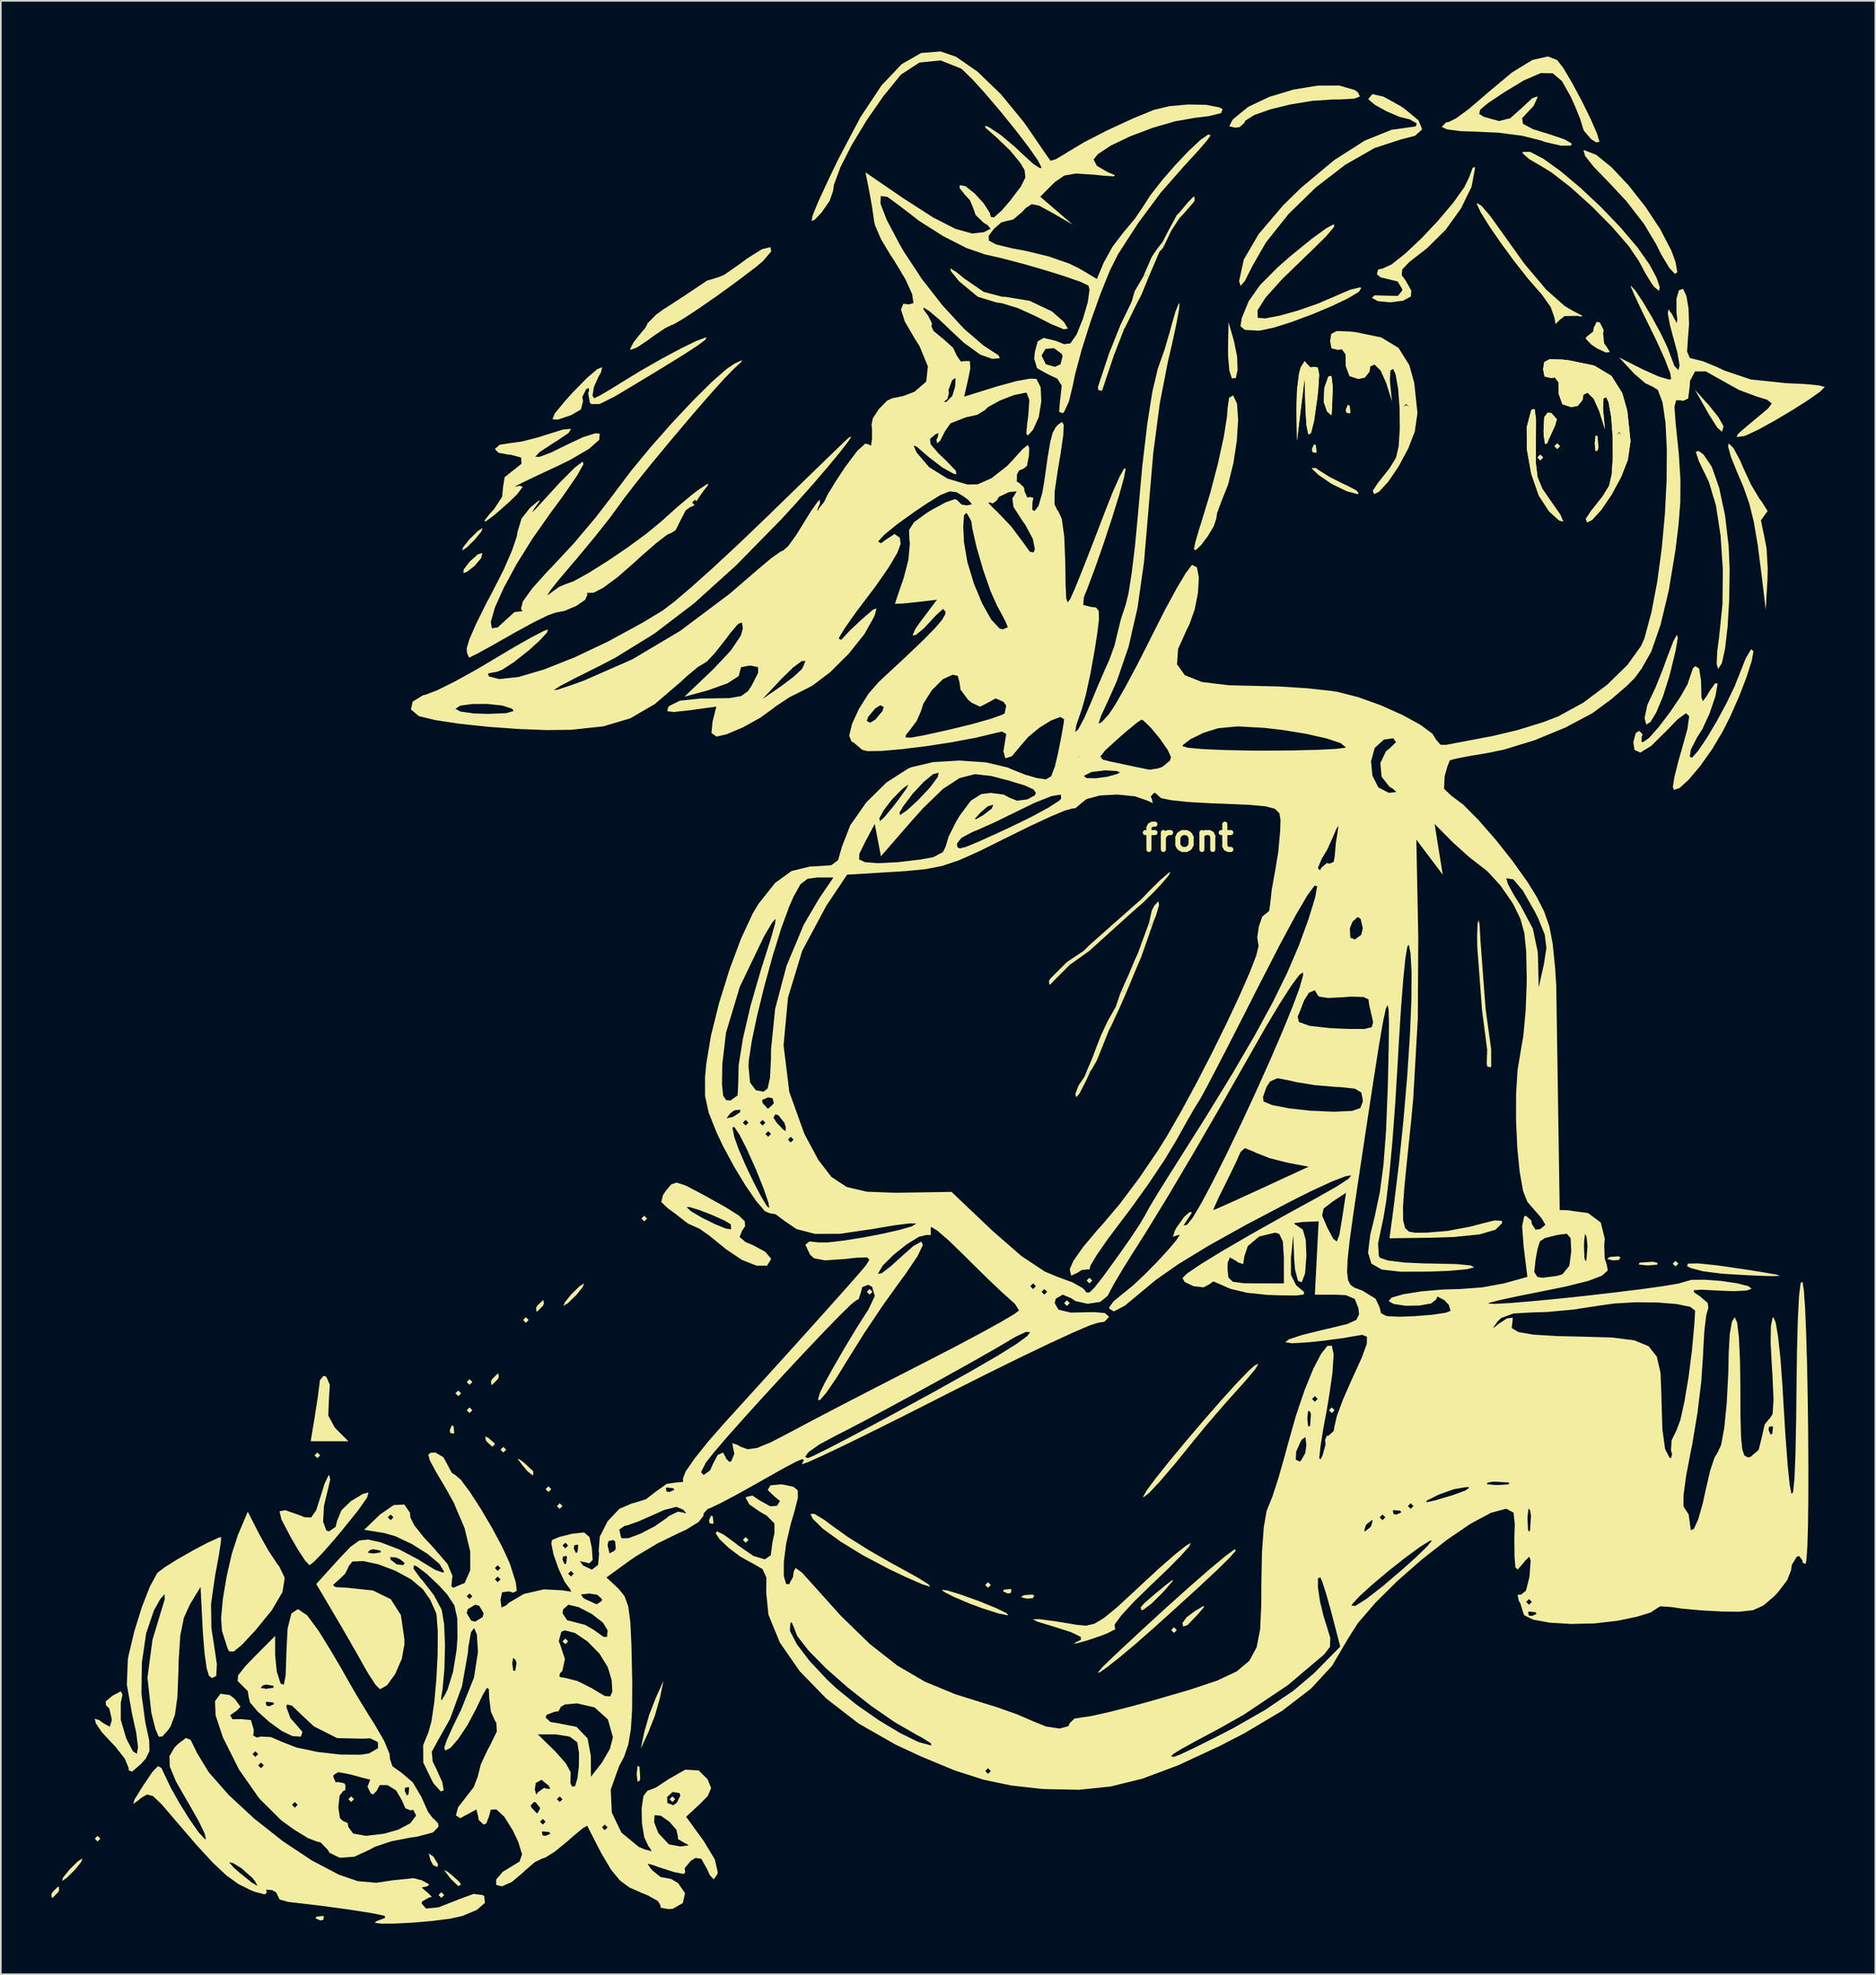
<source format=kicad_pcb>
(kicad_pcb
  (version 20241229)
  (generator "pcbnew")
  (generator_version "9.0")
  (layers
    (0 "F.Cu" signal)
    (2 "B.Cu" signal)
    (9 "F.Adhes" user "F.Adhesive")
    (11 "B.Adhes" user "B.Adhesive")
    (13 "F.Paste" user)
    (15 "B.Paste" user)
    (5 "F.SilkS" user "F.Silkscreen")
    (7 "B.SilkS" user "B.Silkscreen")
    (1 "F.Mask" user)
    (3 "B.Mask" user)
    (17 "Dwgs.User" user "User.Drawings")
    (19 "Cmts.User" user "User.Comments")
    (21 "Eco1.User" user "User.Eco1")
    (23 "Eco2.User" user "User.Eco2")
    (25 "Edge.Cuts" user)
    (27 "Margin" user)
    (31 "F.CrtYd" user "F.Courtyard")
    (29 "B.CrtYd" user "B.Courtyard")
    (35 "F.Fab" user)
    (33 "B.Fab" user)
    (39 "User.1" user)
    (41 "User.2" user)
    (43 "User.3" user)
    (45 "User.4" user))
  (footprint "front"
    (layer "F.Cu")
    (at 67.406 46.631)
    (property "Reference" "front" (at 0 0 0) (layer "F.SilkS") (effects (font (size 1.5 1.5) (thickness 0.3))))
    (attr board_only exclude_from_pos_files exclude_from_bom)
    (fp_poly (pts (xy -32 -30.5) (xy -32.5 -29.5) (xy -31.5 -30)) (stroke (width 0.1) (type solid)) (fill yes) (layer "F.SilkS"))
    (fp_poly (pts (xy -31.5 -31) (xy -32 -30.5) (xy -31.5 -30.5)) (stroke (width 0.1) (type solid)) (fill yes) (layer "F.SilkS"))
    (fp_poly (pts (xy -31.113 -31.281) (xy -31.5 -31) (xy -31 -30.5)) (stroke (width 0.1) (type solid)) (fill yes) (layer "F.SilkS"))
    (fp_poly (pts (xy -30 -32) (xy -31.113 -31.281) (xy -31 -31)) (stroke (width 0.1) (type solid)) (fill yes) (layer "F.SilkS"))
    (fp_poly (pts (xy -30 -32) (xy -28.5 -33) (xy -29 -32)) (stroke (width 0.1) (type solid)) (fill yes) (layer "F.SilkS"))
    (fp_poly (pts (xy -28.5 -33) (xy -27.973 -33.154) (xy -28 -33)) (stroke (width 0.1) (type solid)) (fill yes) (layer "F.SilkS"))
    (fp_poly (pts (xy -27.973 -33.154) (xy -27 -33.5) (xy -27.5 -33)) (stroke (width 0.1) (type solid)) (fill yes) (layer "F.SilkS"))
    (fp_poly (pts (xy -64.503 59.322) (xy -64.67 59.489) (xy -64.837 59.322) (xy -64.67 59.155)) (stroke (width 0) (type solid)) (fill yes) (layer "F.SilkS"))
    (fp_poly (pts (xy -51.468 36.596) (xy -51.636 36.763) (xy -51.803 36.596) (xy -51.636 36.429)) (stroke (width 0) (type solid)) (fill yes) (layer "F.SilkS"))
    (fp_poly (pts (xy -49.463 56.983) (xy -49.63 57.15) (xy -49.797 56.983) (xy -49.63 56.816)) (stroke (width 0) (type solid)) (fill yes) (layer "F.SilkS"))
    (fp_poly (pts (xy -44.116 62.664) (xy -44.283 62.832) (xy -44.45 62.664) (xy -44.283 62.497)) (stroke (width 0) (type solid)) (fill yes) (layer "F.SilkS"))
    (fp_poly (pts (xy -43.113 32.92) (xy -43.28 33.087) (xy -43.447 32.92) (xy -43.28 32.753)) (stroke (width 0) (type solid)) (fill yes) (layer "F.SilkS"))
    (fp_poly (pts (xy -42.445 32.251) (xy -42.612 32.418) (xy -42.779 32.251) (xy -42.612 32.084)) (stroke (width 0) (type solid)) (fill yes) (layer "F.SilkS"))
    (fp_poly (pts (xy -42.445 33.922) (xy -42.612 34.089) (xy -42.779 33.922) (xy -42.612 33.755)) (stroke (width 0) (type solid)) (fill yes) (layer "F.SilkS"))
    (fp_poly (pts (xy -40.439 36.262) (xy -40.607 36.429) (xy -40.774 36.262) (xy -40.607 36.095)) (stroke (width 0) (type solid)) (fill yes) (layer "F.SilkS"))
    (fp_poly (pts (xy -39.103 28.575) (xy -39.27 28.742) (xy -39.437 28.575) (xy -39.27 28.408)) (stroke (width 0) (type solid)) (fill yes) (layer "F.SilkS"))
    (fp_poly (pts (xy -37.766 38.601) (xy -37.933 38.768) (xy -38.1 38.601) (xy -37.933 38.434)) (stroke (width 0) (type solid)) (fill yes) (layer "F.SilkS"))
    (fp_poly (pts (xy -37.097 39.604) (xy -37.264 39.771) (xy -37.432 39.604) (xy -37.264 39.437)) (stroke (width 0) (type solid)) (fill yes) (layer "F.SilkS"))
    (fp_poly (pts (xy -36.763 47.625) (xy -36.93 47.792) (xy -37.097 47.625) (xy -36.93 47.458)) (stroke (width 0) (type solid)) (fill yes) (layer "F.SilkS"))
    (fp_poly (pts (xy -33.5 -9) (xy -35 -8.5) (xy -35 -7.5) (xy -34 -8)) (stroke (width 0.1) (type solid)) (fill yes) (layer "F.SilkS"))
    (fp_poly (pts (xy -32.084 22.559) (xy -32.251 22.726) (xy -32.418 22.559) (xy -32.251 22.392)) (stroke (width 0) (type solid)) (fill yes) (layer "F.SilkS"))
    (fp_poly (pts (xy -30.413 56.983) (xy -30.58 57.15) (xy -30.747 56.983) (xy -30.58 56.816)) (stroke (width 0) (type solid)) (fill yes) (layer "F.SilkS"))
    (fp_poly (pts (xy -26.068 41.609) (xy -26.236 41.776) (xy -26.403 41.609) (xy -26.236 41.442)) (stroke (width 0) (type solid)) (fill yes) (layer "F.SilkS"))
    (fp_poly (pts (xy -18.716 26.904) (xy -18.883 27.071) (xy -19.05 26.904) (xy -18.883 26.737)) (stroke (width 0) (type solid)) (fill yes) (layer "F.SilkS"))
    (fp_poly (pts (xy -11.697 44.283) (xy -11.864 44.45) (xy -12.032 44.283) (xy -11.864 44.116)) (stroke (width 0) (type solid)) (fill yes) (layer "F.SilkS"))
    (fp_poly (pts (xy -7.018 7.52) (xy -7.186 7.687) (xy -7.353 7.52) (xy -7.186 7.353)) (stroke (width 0) (type solid)) (fill yes) (layer "F.SilkS"))
    (fp_poly (pts (xy -7.018 27.572) (xy -7.186 27.739) (xy -7.353 27.572) (xy -7.186 27.405)) (stroke (width 0) (type solid)) (fill yes) (layer "F.SilkS"))
    (fp_poly (pts (xy -5.682 26.236) (xy -5.849 26.403) (xy -6.016 26.236) (xy -5.849 26.068)) (stroke (width 0) (type solid)) (fill yes) (layer "F.SilkS"))
    (fp_poly (pts (xy -3.788 -30.19) (xy -4.416 -28.568) (xy -4.679 -28.742) (xy -4.011 -30.413)) (stroke (width 0) (type solid)) (fill yes) (layer "F.SilkS"))
    (fp_poly (pts (xy -3.676 9.191) (xy -3.843 9.358) (xy -4.011 9.191) (xy -3.843 9.024)) (stroke (width 0) (type solid)) (fill yes) (layer "F.SilkS"))
    (fp_poly (pts (xy -2.339 -33.254) (xy -2.507 -33.087) (xy -2.674 -33.254) (xy -2.507 -33.421)) (stroke (width 0) (type solid)) (fill yes) (layer "F.SilkS"))
    (fp_poly (pts (xy -0.668 46.957) (xy -0.836 47.124) (xy -1.003 46.957) (xy -0.836 46.789)) (stroke (width 0) (type solid)) (fill yes) (layer "F.SilkS"))
    (fp_poly (pts (xy -0.334 -36.93) (xy -0.501 -36.763) (xy -0.668 -36.93) (xy -0.501 -37.097)) (stroke (width 0) (type solid)) (fill yes) (layer "F.SilkS"))
    (fp_poly (pts (xy 0 -4.5) (xy -0.511 -3.7) (xy 0.5 -3) (xy 0.5 -3.5)) (stroke (width 0.1) (type solid)) (fill yes) (layer "F.SilkS"))
    (fp_poly (pts (xy 0 -4.5) (xy -0.111 -3.899) (xy -1 -3.5) (xy -0.557 -3.899)) (stroke (width 0.1) (type solid)) (fill yes) (layer "F.SilkS"))
    (fp_poly (pts (xy 8.689 33.922) (xy 8.522 34.089) (xy 8.355 33.922) (xy 8.522 33.755)) (stroke (width 0) (type solid)) (fill yes) (layer "F.SilkS"))
    (fp_poly (pts (xy 21.055 -22.559) (xy 20.888 -22.392) (xy 20.721 -22.559) (xy 20.888 -22.726)) (stroke (width 0) (type solid)) (fill yes) (layer "F.SilkS"))
    (fp_poly (pts (xy 21.055 -22.559) (xy 20.888 -22.392) (xy 20.721 -22.559) (xy 20.888 -22.726)) (stroke (width 0) (type solid)) (fill yes) (layer "F.SilkS"))
    (fp_poly (pts (xy 22.058 -23.228) (xy 21.891 -23.061) (xy 21.724 -23.228) (xy 21.891 -23.395)) (stroke (width 0) (type solid)) (fill yes) (layer "F.SilkS"))
    (fp_poly (pts (xy 22.058 -23.228) (xy 21.891 -23.061) (xy 21.724 -23.228) (xy 21.891 -23.395)) (stroke (width 0) (type solid)) (fill yes) (layer "F.SilkS"))
    (fp_poly (pts (xy 29.076 25.233) (xy 28.909 25.4) (xy 28.742 25.233) (xy 28.909 25.066)) (stroke (width 0) (type solid)) (fill yes) (layer "F.SilkS"))
    (fp_poly (pts (xy -25.482 -8.334) (xy -25.941 -7.687) (xy -25.5 -7.709) (xy -25.5 -8.5) (xy -26 -8)) (stroke (width 0.1) (type solid)) (fill yes) (layer "F.SilkS"))
    (fp_poly (pts (xy -16.209 -9.024) (xy -17.5 -9) (xy -18 -8) (xy -17 -7.5) (xy -17 -8)) (stroke (width 0.1) (type solid)) (fill yes) (layer "F.SilkS"))
    (fp_poly (pts (xy 17.647 10.152) (xy 17.976 12.54) (xy 17.936 12.589) (xy 17.737 12.543) (xy 17.429 10.17)) (stroke (width 0) (type solid)) (fill yes) (layer "F.SilkS"))
    (fp_poly (pts (xy -51.246 63.946) (xy -51.291 64.144) (xy -51.468 64.168) (xy -51.744 64.046) (xy -51.691 63.946) (xy -51.295 63.906)) (stroke (width 0) (type solid)) (fill yes) (layer "F.SilkS"))
    (fp_poly (pts (xy -43.559 34.869) (xy -43.519 35.266) (xy -43.559 35.315) (xy -43.757 35.269) (xy -43.782 35.092) (xy -43.659 34.817)) (stroke (width 0) (type solid)) (fill yes) (layer "F.SilkS"))
    (fp_poly (pts (xy -32.531 55.061) (xy -32.487 55.745) (xy -32.531 55.897) (xy -32.653 55.939) (xy -32.7 55.479) (xy -32.647 55.004)) (stroke (width 0) (type solid)) (fill yes) (layer "F.SilkS"))
    (fp_poly (pts (xy -28.185 40.217) (xy -28.145 40.613) (xy -28.185 40.662) (xy -28.384 40.616) (xy -28.408 40.439) (xy -28.286 40.164)) (stroke (width 0) (type solid)) (fill yes) (layer "F.SilkS"))
    (fp_poly (pts (xy -10.472 44.561) (xy -10.518 44.76) (xy -10.695 44.784) (xy -10.97 44.662) (xy -10.918 44.561) (xy -10.521 44.521)) (stroke (width 0) (type solid)) (fill yes) (layer "F.SilkS"))
    (fp_poly (pts (xy -9.114 44.917) (xy -9.214 45.068) (xy -9.553 45.092) (xy -9.909 45.01) (xy -9.755 44.89) (xy -9.232 44.85)) (stroke (width 0) (type solid)) (fill yes) (layer "F.SilkS"))
    (fp_poly (pts (xy -5.459 12.811) (xy -5.419 13.208) (xy -5.818 13.886) (xy -5.819 13.773) (xy -6.164 14.184) (xy -5.559 12.759)) (stroke (width 0) (type solid)) (fill yes) (layer "F.SilkS"))
    (fp_poly (pts (xy -4.456 -28.965) (xy -4.416 -28.568) (xy -4.456 -28.519) (xy -4.655 -28.565) (xy -4.679 -28.742) (xy -4.557 -29.017)) (stroke (width 0) (type solid)) (fill yes) (layer "F.SilkS"))
    (fp_poly (pts (xy -4.416 -28.568) (xy -5.085 -26.563) (xy -5.125 -26.514) (xy -5.323 -26.56) (xy -5.347 -26.737) (xy -4.679 -28.742)) (stroke (width 0) (type solid)) (fill yes) (layer "F.SilkS"))
    (fp_poly (pts (xy -3.008 -31.75) (xy -3.748 -30.239) (xy -3.788 -30.19) (xy -3.986 -30.236) (xy -4.011 -30.413) (xy -3.337 -31.814)) (stroke (width 0) (type solid)) (fill yes) (layer "F.SilkS"))
    (fp_poly (pts (xy 7.575 -23.283) (xy 7.615 -22.887) (xy 7.575 -22.838) (xy 7.377 -22.884) (xy 7.353 -23.061) (xy 7.475 -23.336)) (stroke (width 0) (type solid)) (fill yes) (layer "F.SilkS"))
    (fp_poly (pts (xy 7.575 -23.283) (xy 7.615 -22.887) (xy 7.575 -22.838) (xy 7.377 -22.884) (xy 7.353 -23.061) (xy 7.475 -23.336)) (stroke (width 0) (type solid)) (fill yes) (layer "F.SilkS"))
    (fp_poly (pts (xy 9.581 -25.623) (xy 9.621 -25.226) (xy 9.581 -25.177) (xy 9.382 -25.223) (xy 9.358 -25.4) (xy 9.48 -25.675)) (stroke (width 0) (type solid)) (fill yes) (layer "F.SilkS"))
    (fp_poly (pts (xy 9.581 -25.623) (xy 9.621 -25.226) (xy 9.581 -25.177) (xy 9.382 -25.223) (xy 9.358 -25.4) (xy 9.48 -25.675)) (stroke (width 0) (type solid)) (fill yes) (layer "F.SilkS"))
    (fp_poly (pts (xy 17.607 9.629) (xy 17.647 10.152) (xy 17.581 10.27) (xy 17.429 10.17) (xy 17.405 9.831) (xy 17.487 9.475)) (stroke (width 0) (type solid)) (fill yes) (layer "F.SilkS"))
    (fp_poly (pts (xy 17.976 12.54) (xy 17.976 13.542) (xy 17.936 13.591) (xy 17.737 13.545) (xy 17.713 13.368) (xy 17.737 12.543)) (stroke (width 0) (type solid)) (fill yes) (layer "F.SilkS"))
    (fp_poly (pts (xy 24.284 -23.812) (xy 24.329 -23.128) (xy 24.284 -22.977) (xy 24.163 -22.935) (xy 24.116 -23.395) (xy 24.168 -23.869)) (stroke (width 0) (type solid)) (fill yes) (layer "F.SilkS"))
    (fp_poly (pts (xy 24.284 -23.812) (xy 24.329 -23.128) (xy 24.284 -22.977) (xy 24.163 -22.935) (xy 24.116 -23.395) (xy 24.168 -23.869)) (stroke (width 0) (type solid)) (fill yes) (layer "F.SilkS"))
    (fp_poly (pts (xy 25.644 24.864) (xy 25.544 25.016) (xy 25.205 25.039) (xy 24.848 24.958) (xy 25.003 24.837) (xy 25.525 24.798)) (stroke (width 0) (type solid)) (fill yes) (layer "F.SilkS"))
    (fp_poly (pts (xy -44.787 60.36) (xy -44.743 60.403) (xy -44.479 60.841) (xy -44.515 61.002) (xy -44.763 60.902) (xy -44.93 60.59) (xy -45.032 60.2)) (stroke (width 0) (type solid)) (fill yes) (layer "F.SilkS"))
    (fp_poly (pts (xy -41.494 35.562) (xy -41.138 35.872) (xy -41.108 35.947) (xy -41.267 36.085) (xy -41.597 35.777) (xy -41.641 35.709) (xy -41.681 35.48)) (stroke (width 0) (type solid)) (fill yes) (layer "F.SilkS"))
    (fp_poly (pts (xy -3.184 4.276) (xy -5.849 6.684) (xy -7.018 7.52) (xy -7.186 7.353) (xy -6.183 6.684) (xy -5.868 6.365) (xy -3.196 4)) (stroke (width 0) (type solid)) (fill yes) (layer "F.SilkS"))
    (fp_poly (pts (xy -0.501 -36.763) (xy -1 -36) (xy -1.474 -35) (xy -1.5 -35.356) (xy -1.17 -36) (xy -0.668 -36.93) (xy -0.5 -37)) (stroke (width 0) (type solid)) (fill yes) (layer "F.SilkS"))
    (fp_poly (pts (xy -66.947 62.379) (xy -67.009 62.497) (xy -67.324 62.817) (xy -67.383 62.832) (xy -67.406 62.616) (xy -67.343 62.497) (xy -67.029 62.178) (xy -66.97 62.163)) (stroke (width 0) (type solid)) (fill yes) (layer "F.SilkS"))
    (fp_poly (pts (xy -65.637 60.701) (xy -66.007 61.161) (xy -66.509 61.655) (xy -66.779 61.829) (xy -66.711 61.62) (xy -66.341 61.161) (xy -65.839 60.666) (xy -65.569 60.492)) (stroke (width 0) (type solid)) (fill yes) (layer "F.SilkS"))
    (fp_poly (pts (xy -43.94 61.265) (xy -43.698 61.452) (xy -43.235 61.864) (xy -43.113 62.037) (xy -43.276 62.137) (xy -43.72 61.708) (xy -43.824 61.578) (xy -44.113 61.182)) (stroke (width 0) (type solid)) (fill yes) (layer "F.SilkS"))
    (fp_poly (pts (xy -41.928 -16.587) (xy -42.314 -16.131) (xy -42.774 -15.773) (xy -42.974 -15.708) (xy -42.962 -15.914) (xy -42.61 -16.378) (xy -42.118 -16.819) (xy -41.85 -16.896)) (stroke (width 0) (type solid)) (fill yes) (layer "F.SilkS"))
    (fp_poly (pts (xy -41.908 -18.173) (xy -42.278 -17.713) (xy -42.78 -17.219) (xy -43.05 -17.045) (xy -42.982 -17.253) (xy -42.612 -17.713) (xy -42.11 -18.207) (xy -41.84 -18.382)) (stroke (width 0) (type solid)) (fill yes) (layer "F.SilkS"))
    (fp_poly (pts (xy -40.879 31.966) (xy -40.941 32.084) (xy -41.256 32.403) (xy -41.314 32.418) (xy -41.337 32.203) (xy -41.275 32.084) (xy -40.96 31.765) (xy -40.901 31.75)) (stroke (width 0) (type solid)) (fill yes) (layer "F.SilkS"))
    (fp_poly (pts (xy -39.595 36.868) (xy -39.353 37.055) (xy -38.834 37.543) (xy -38.836 37.76) (xy -38.895 37.766) (xy -39.174 37.537) (xy -39.479 37.181) (xy -39.769 36.785)) (stroke (width 0) (type solid)) (fill yes) (layer "F.SilkS"))
    (fp_poly (pts (xy -38.205 27.621) (xy -38.267 27.739) (xy -38.582 28.059) (xy -38.641 28.074) (xy -38.664 27.858) (xy -38.601 27.739) (xy -38.286 27.42) (xy -38.228 27.405)) (stroke (width 0) (type solid)) (fill yes) (layer "F.SilkS"))
    (fp_poly (pts (xy -35.892 26.611) (xy -36.262 27.071) (xy -36.764 27.565) (xy -37.034 27.739) (xy -36.966 27.531) (xy -36.596 27.071) (xy -36.094 26.577) (xy -35.824 26.403)) (stroke (width 0) (type solid)) (fill yes) (layer "F.SilkS"))
    (fp_poly (pts (xy -31.317 50.967) (xy -31.621 52.033) (xy -31.988 52.972) (xy -32.452 53.975) (xy -32.25 53.009) (xy -31.957 51.986) (xy -31.579 51.004) (xy -31.109 49.964)) (stroke (width 0) (type solid)) (fill yes) (layer "F.SilkS"))
    (fp_poly (pts (xy -18.172 -20.956) (xy -16.5 -20.5) (xy -20.5 -17) (xy -21.861 -19.496) (xy -19.551 -22.392) (xy -18.549 -22.726) (xy -17 -23) (xy -16 -20.5)) (stroke (width 0.1) (type solid)) (fill yes) (layer "F.SilkS"))
    (fp_poly (pts (xy -7.186 7.687) (xy -7.854 8.355) (xy -8.169 8.674) (xy -8.228 8.689) (xy -8.25 8.474) (xy -8.188 8.355) (xy -7.353 7.52) (xy -7.186 7.687)) (stroke (width 0) (type solid)) (fill yes) (layer "F.SilkS"))
    (fp_poly (pts (xy -5.818 13.886) (xy -6.043 14.371) (xy -6.441 15.152) (xy -6.639 15.369) (xy -6.684 15.159) (xy -6.493 14.668) (xy -6.164 14.184) (xy -5.819 13.773)) (stroke (width 0) (type solid)) (fill yes) (layer "F.SilkS"))
    (fp_poly (pts (xy -2.762 -32.214) (xy -3.008 -31.75) (xy -3.267 -31.437) (xy -3.336 -31.738) (xy -3.337 -31.814) (xy -3.167 -32.418) (xy -2.674 -33.254) (xy -2.339 -33.254)) (stroke (width 0) (type solid)) (fill yes) (layer "F.SilkS"))
    (fp_poly (pts (xy -1.723 3.991) (xy -1.91 4.613) (xy -2.005 4.846) (xy -2.233 5.223) (xy -2.311 5.013) (xy -2.153 4.3) (xy -2.005 4.011) (xy -1.755 3.748)) (stroke (width 0) (type solid)) (fill yes) (layer "F.SilkS"))
    (fp_poly (pts (xy -1.474 -35) (xy -1.698 -34.758) (xy -2.339 -33.254) (xy -2.507 -33.421) (xy -2.674 -33.254) (xy -2.148 -34.46) (xy -1.82 -34.945) (xy -1.5 -35.356)) (stroke (width 0) (type solid)) (fill yes) (layer "F.SilkS"))
    (fp_poly (pts (xy 0.395 -37.814) (xy 0.333 -37.696) (xy -0.334 -36.93) (xy -0.5 -37) (xy -0.501 -37.097) (xy -0.001 -37.696) (xy 0.314 -38.015) (xy 0.372 -38.03)) (stroke (width 0) (type solid)) (fill yes) (layer "F.SilkS"))
    (fp_poly (pts (xy 0.941 45.603) (xy 0.533 46.074) (xy -0.031 46.655) (xy -0.288 46.748) (xy -0.334 46.536) (xy -0.081 46.191) (xy 0.418 45.82) (xy 0.928 45.52)) (stroke (width 0) (type solid)) (fill yes) (layer "F.SilkS"))
    (fp_poly (pts (xy 17.285 5.101) (xy 17.34 6.09) (xy 17.607 9.629) (xy 17.405 9.831) (xy 17.151 6.469) (xy 17.14 5.849) (xy 17.165 5.09) (xy 17.225 4.869)) (stroke (width 0) (type solid)) (fill yes) (layer "F.SilkS"))
    (fp_poly (pts (xy 27.829 25.181) (xy 27.84 25.29) (xy 27.317 25.335) (xy 27.238 25.335) (xy 26.72 25.287) (xy 26.769 25.185) (xy 26.827 25.168) (xy 27.555 25.119)) (stroke (width 0) (type solid)) (fill yes) (layer "F.SilkS"))
    (fp_poly (pts (xy 30.906 -25.632) (xy 31.457 -24.943) (xy 31.74 -24.439) (xy 31.75 -24.379) (xy 31.665 -24.085) (xy 31.386 -24.325) (xy 30.876 -25.133) (xy 30.772 -25.316) (xy 30.061 -26.57)) (stroke (width 0) (type solid)) (fill yes) (layer "F.SilkS"))
    (fp_poly (pts (xy 2.722 -29.459) (xy 2.906 -28.551) (xy 2.939 -27.762) (xy 2.834 -27.27) (xy 2.601 -27.251) (xy 2.59 -27.262) (xy 2.446 -27.725) (xy 2.372 -28.598) (xy 2.37 -29.048) (xy 2.4 -30.58)) (stroke (width 0) (type solid)) (fill yes) (layer "F.SilkS"))
    (fp_poly (pts (xy 21.55 -25.189) (xy 21.869 -24.823) (xy 21.763 -24.448) (xy 21.41 -23.684) (xy 21.294 -23.395) (xy 21.172 -23.355) (xy 21.093 -23.862) (xy 21.082 -24.136) (xy 21.123 -24.95) (xy 21.331 -25.227)) (stroke (width 0) (type solid)) (fill yes) (layer "F.SilkS"))
    (fp_poly (pts (xy 21.55 -25.189) (xy 21.869 -24.823) (xy 21.763 -24.448) (xy 21.41 -23.684) (xy 21.294 -23.395) (xy 21.172 -23.355) (xy 21.093 -23.862) (xy 21.082 -24.136) (xy 21.123 -24.95) (xy 21.331 -25.227)) (stroke (width 0) (type solid)) (fill yes) (layer "F.SilkS"))
    (fp_poly (pts (xy -2.005 4.846) (xy -2.773 7.039) (xy -3.083 7.766) (xy -3.676 9.191) (xy -3.843 9.024) (xy -4.011 9.191) (xy -3.496 8.036) (xy -3.152 7.211) (xy -2.984 6.851) (xy -2.311 5.013) (xy -2.233 5.223)) (stroke (width 0) (type solid)) (fill yes) (layer "F.SilkS"))
    (fp_poly (pts (xy -0.923 44.066) (xy -1.39 44.603) (xy -1.483 44.706) (xy -2.146 45.367) (xy -2.649 45.749) (xy -2.76 45.787) (xy -2.81 45.61) (xy -2.604 45.369) (xy -2.017 44.858) (xy -1.326 44.288) (xy -0.906 43.972)) (stroke (width 0) (type solid)) (fill yes) (layer "F.SilkS"))
    (fp_poly (pts (xy 8.572 -26.812) (xy 8.57 -26.438) (xy 8.54 -25.588) (xy 8.509 -25.106) (xy 8.5 -25.066) (xy 8.283 -25.25) (xy 8.244 -25.289) (xy 8.047 -25.856) (xy 8.082 -26.677) (xy 8.318 -27.357) (xy 8.5 -27.4)) (stroke (width 0) (type solid)) (fill yes) (layer "F.SilkS"))
    (fp_poly (pts (xy 8.572 -26.812) (xy 8.57 -26.438) (xy 8.54 -25.588) (xy 8.509 -25.106) (xy 8.5 -25.066) (xy 8.283 -25.25) (xy 8.244 -25.289) (xy 8.047 -25.856) (xy 8.082 -26.677) (xy 8.318 -27.357) (xy 8.5 -27.4)) (stroke (width 0) (type solid)) (fill yes) (layer "F.SilkS"))
    (fp_poly (pts (xy -3.676 9.191) (xy -4.188 10.346) (xy -4.559 11.138) (xy -4.679 11.363) (xy -5.419 13.208) (xy -5.559 12.759) (xy -5.682 13.034) (xy -5.17 11.712) (xy -4.799 10.92) (xy -4.679 10.695) (xy -4.285 10) (xy -4.011 9.191)) (stroke (width 0) (type solid)) (fill yes) (layer "F.SilkS"))
    (fp_poly (pts (xy -1.149 2.218) (xy -1.615 2.761) (xy -2.005 3.175) (xy -2.695 3.854) (xy -3.184 4.276) (xy -3.306 4.345) (xy -3.196 4) (xy -2.73 3.589) (xy -2.339 3.175) (xy -1.65 2.496) (xy -1.161 2.074) (xy -1.039 2.005)) (stroke (width 0) (type solid)) (fill yes) (layer "F.SilkS"))
    (fp_poly (pts (xy -51.104 31.936) (xy -50.897 32.417) (xy -50.95 33.279) (xy -50.989 34.235) (xy -50.604 34.947) (xy -50.479 35.079) (xy -49.797 35.761) (xy -50.914 35.761) (xy -52.031 35.761) (xy -51.77 34.173) (xy -51.61 33.141) (xy -51.507 32.354) (xy -51.488 32.148) (xy -51.268 31.881)) (stroke (width 0) (type solid)) (fill yes) (layer "F.SilkS"))
    (fp_poly (pts (xy -14.249 44.614) (xy -13.45 44.86) (xy -12.373 45.25) (xy -12.334 45.265) (xy -11.354 45.666) (xy -10.761 45.957) (xy -10.669 46.082) (xy -10.695 46.083) (xy -11.27 45.963) (xy -12.217 45.66) (xy -12.959 45.383) (xy -13.889 44.989) (xy -14.478 44.687) (xy -14.598 44.565)) (stroke (width 0) (type solid)) (fill yes) (layer "F.SilkS"))
    (fp_poly (pts (xy 7.793 -21.774) (xy 8.388 -21.399) (xy 9.26 -20.964) (xy 9.381 -20.911) (xy 9.986 -20.598) (xy 10.111 -20.417) (xy 10.026 -20.401) (xy 9.425 -20.559) (xy 8.591 -20.962) (xy 8.439 -21.052) (xy 7.739 -21.529) (xy 7.37 -21.879) (xy 7.353 -21.927) (xy 7.556 -21.937)) (stroke (width 0) (type solid)) (fill yes) (layer "F.SilkS"))
    (fp_poly (pts (xy 7.793 -21.774) (xy 8.388 -21.399) (xy 9.26 -20.964) (xy 9.381 -20.911) (xy 9.986 -20.598) (xy 10.111 -20.417) (xy 10.026 -20.401) (xy 9.425 -20.559) (xy 8.591 -20.962) (xy 8.439 -21.052) (xy 7.739 -21.529) (xy 7.37 -21.879) (xy 7.353 -21.927) (xy 7.556 -21.937)) (stroke (width 0) (type solid)) (fill yes) (layer "F.SilkS"))
    (fp_poly (pts (xy 24.42 -30.566) (xy 24.649 -30.108) (xy 24.613 -29.919) (xy 24.673 -29.332) (xy 24.825 -29.117) (xy 25.016 -28.807) (xy 24.774 -28.784) (xy 24.254 -29.025) (xy 23.916 -29.254) (xy 23.567 -29.616) (xy 23.665 -29.745) (xy 24.014 -30.016) (xy 24.063 -30.266) (xy 24.235 -30.605)) (stroke (width 0) (type solid)) (fill yes) (layer "F.SilkS"))
    (fp_poly (pts (xy 31.422 25.341) (xy 33.213 25.602) (xy 34.089 25.743) (xy 34.912 25.888) (xy 35.102 25.957) (xy 34.689 25.973) (xy 34.424 25.969) (xy 33.356 25.929) (xy 32.059 25.855) (xy 31.583 25.821) (xy 30.552 25.688) (xy 29.796 25.49) (xy 29.591 25.377) (xy 29.641 25.23) (xy 30.241 25.217)) (stroke (width 0) (type solid)) (fill yes) (layer "F.SilkS"))
    (fp_poly (pts (xy 29.041 -11.849) (xy 28.913 -11.104) (xy 28.609 -9.855) (xy 28.527 -9.547) (xy 28.156 -8.376) (xy 27.767 -7.451) (xy 27.418 -6.87) (xy 27.167 -6.729) (xy 27.071 -7.118) (xy 27.239 -7.897) (xy 27.415 -8.276) (xy 27.714 -8.905) (xy 28.118 -9.909) (xy 28.406 -10.695) (xy 28.783 -11.68) (xy 28.996 -12.053)) (stroke (width 0) (type solid)) (fill yes) (layer "F.SilkS"))
    (fp_poly (pts (xy 20.634 -24.818) (xy 20.629 -23.562) (xy 20.62 -22.266) (xy 20.725 -21.394) (xy 21.006 -20.707) (xy 21.515 -19.969) (xy 22.085 -19.15) (xy 22.245 -18.758) (xy 22.001 -18.833) (xy 21.411 -19.363) (xy 20.802 -20.297) (xy 20.35 -21.594) (xy 20.097 -23.021) (xy 20.082 -24.346) (xy 20.343 -25.337) (xy 20.381 -25.4) (xy 20.552 -25.427)) (stroke (width 0) (type solid)) (fill yes) (layer "F.SilkS"))
    (fp_poly (pts (xy 20.634 -24.818) (xy 20.629 -23.562) (xy 20.62 -22.266) (xy 20.725 -21.394) (xy 21.006 -20.707) (xy 21.515 -19.969) (xy 22.085 -19.15) (xy 22.245 -18.758) (xy 22.001 -18.833) (xy 21.411 -19.363) (xy 20.802 -20.297) (xy 20.35 -21.594) (xy 20.097 -23.021) (xy 20.082 -24.346) (xy 20.343 -25.337) (xy 20.381 -25.4) (xy 20.552 -25.427)) (stroke (width 0) (type solid)) (fill yes) (layer "F.SilkS"))
    (fp_poly (pts (xy -21.58 40.416) (xy -21.106 40.773) (xy -20.174 41.438) (xy -18.897 42.24) (xy -17.531 43.021) (xy -17.346 43.119) (xy -16.07 43.822) (xy -15.391 44.247) (xy -15.294 44.389) (xy -15.764 44.239) (xy -16.787 43.791) (xy -17.764 43.325) (xy -19.28 42.524) (xy -20.613 41.707) (xy -21.647 40.956) (xy -22.266 40.351) (xy -22.392 40.073) (xy -22.164 40.067)) (stroke (width 0) (type solid)) (fill yes) (layer "F.SilkS"))
    (fp_poly (pts (xy -13.752 -33.559) (xy -13.273 -33.17) (xy -12.118 -32.376) (xy -11.021 -32.089) (xy -10.834 -32.084) (xy -9.395 -31.846) (xy -8.076 -31.221) (xy -7.371 -30.602) (xy -7.127 -30.205) (xy -7.361 -30.156) (xy -8.102 -30.459) (xy -9.024 -30.93) (xy -10.074 -31.407) (xy -11.026 -31.702) (xy -11.363 -31.748) (xy -12.468 -32.086) (xy -13.582 -33.009) (xy -14.051 -33.588) (xy -14.11 -33.776)) (stroke (width 0) (type solid)) (fill yes) (layer "F.SilkS"))
    (fp_poly (pts (xy 24.207 -40.5) (xy 25.112 -39.765) (xy 26.116 -38.701) (xy 27.113 -37.436) (xy 27.997 -36.101) (xy 28.661 -34.826) (xy 28.901 -34.173) (xy 29.016 -33.544) (xy 28.872 -33.442) (xy 28.534 -33.807) (xy 28.066 -34.582) (xy 27.763 -35.189) (xy 27.046 -36.393) (xy 25.999 -37.748) (xy 24.968 -38.852) (xy 24.076 -39.77) (xy 23.549 -40.431) (xy 23.447 -40.754) (xy 23.508 -40.774)) (stroke (width 0) (type solid)) (fill yes) (layer "F.SilkS"))
    (fp_poly (pts (xy 2.826 42.248) (xy 2.487 42.642) (xy 1.742 43.375) (xy 0.563 44.476) (xy -1.081 45.97) (xy -2.08 46.87) (xy -3.158 47.816) (xy -4.088 48.594) (xy -4.805 49.159) (xy -5.247 49.467) (xy -5.35 49.471) (xy -5.054 49.129) (xy -4.486 48.577) (xy -2.878 47.075) (xy -1.324 45.652) (xy 0.094 44.381) (xy 1.295 43.334) (xy 2.197 42.582) (xy 2.719 42.197) (xy 2.787 42.165)) (stroke (width 0) (type solid)) (fill yes) (layer "F.SilkS"))
    (fp_poly (pts (xy 6.995 -28.168) (xy 7.254 -27.898) (xy 7.46 -27.93) (xy 7.693 -27.895) (xy 7.774 -27.473) (xy 7.716 -26.552) (xy 7.661 -26.059) (xy 7.469 -24.724) (xy 7.289 -24.007) (xy 7.135 -23.92) (xy 7.02 -24.477) (xy 6.964 -25.428) (xy 6.909 -27.238) (xy 6.684 -25.4) (xy 6.459 -23.562) (xy 6.428 -25.4) (xy 6.461 -26.562) (xy 6.581 -27.533) (xy 6.684 -27.907) (xy 6.911 -28.272)) (stroke (width 0) (type solid)) (fill yes) (layer "F.SilkS"))
    (fp_poly (pts (xy 6.995 -28.168) (xy 7.254 -27.898) (xy 7.46 -27.93) (xy 7.693 -27.895) (xy 7.774 -27.473) (xy 7.716 -26.552) (xy 7.661 -26.059) (xy 7.469 -24.724) (xy 7.289 -24.007) (xy 7.135 -23.92) (xy 7.02 -24.477) (xy 6.964 -25.428) (xy 6.909 -27.238) (xy 6.684 -25.4) (xy 6.459 -23.562) (xy 6.428 -25.4) (xy 6.461 -26.562) (xy 6.581 -27.533) (xy 6.684 -27.907) (xy 6.911 -28.272)) (stroke (width 0) (type solid)) (fill yes) (layer "F.SilkS"))
    (fp_poly (pts (xy -55.08 41.275) (xy -54.541 42.239) (xy -54.025 43.021) (xy -53.896 43.183) (xy -53.568 43.864) (xy -53.706 44.705) (xy -54.338 45.782) (xy -55.295 46.954) (xy -56.104 47.825) (xy -56.598 48.227) (xy -56.868 48.22) (xy -56.962 48.041) (xy -57.209 47.265) (xy -57.296 46.985) (xy -57.344 46.25) (xy -57.237 45.097) (xy -57.011 43.746) (xy -56.704 42.418) (xy -56.353 41.335) (xy -56.325 41.267) (xy -55.762 39.938)) (stroke (width 0) (type solid)) (fill yes) (layer "F.SilkS"))
    (fp_poly (pts (xy 3.981 31.494) (xy 3.417 32.165) (xy 3.173 32.435) (xy 2.127 33.603) (xy 1.072 34.83) (xy 0.332 35.73) (xy -0.775 37.097) (xy -1.68 38.156) (xy -2.322 38.839) (xy -2.64 39.078) (xy -2.664 39.05) (xy -2.461 38.686) (xy -1.904 37.938) (xy -1.087 36.916) (xy -0.103 35.73) (xy 0.954 34.491) (xy 1.988 33.31) (xy 2.906 32.298) (xy 3.615 31.566) (xy 3.953 31.265) (xy 4.175 31.171)) (stroke (width 0) (type solid)) (fill yes) (layer "F.SilkS"))
    (fp_poly (pts (xy 9.887 -44.344) (xy 10.075 -44.199) (xy 10.189 -43.962) (xy 9.864 -43.833) (xy 9.002 -43.784) (xy 8.568 -43.782) (xy 7.366 -43.702) (xy 6.077 -43.491) (xy 4.872 -43.196) (xy 3.921 -42.86) (xy 3.395 -42.529) (xy 3.342 -42.406) (xy 3.068 -42.15) (xy 2.8 -42.111) (xy 2.444 -42.191) (xy 2.615 -42.54) (xy 2.694 -42.636) (xy 3.567 -43.346) (xy 4.81 -43.936) (xy 6.244 -44.369) (xy 7.688 -44.607) (xy 8.963 -44.611)) (stroke (width 0) (type solid)) (fill yes) (layer "F.SilkS"))
    (fp_poly (pts (xy 17.401 -37.481) (xy 17.903 -36.896) (xy 18.402 -36.202) (xy 19.935 -34.057) (xy 21.243 -32.507) (xy 22.347 -31.529) (xy 22.842 -31.24) (xy 23.38 -30.962) (xy 23.307 -30.909) (xy 23.102 -30.954) (xy 22.324 -30.941) (xy 22.021 -30.7) (xy 21.792 -30.468) (xy 21.729 -30.846) (xy 21.506 -31.474) (xy 20.967 -32.236) (xy 20.863 -32.349) (xy 20.167 -33.147) (xy 19.372 -34.156) (xy 18.575 -35.24) (xy 17.871 -36.261) (xy 17.358 -37.084) (xy 17.132 -37.571) (xy 17.139 -37.638)) (stroke (width 0) (type solid)) (fill yes) (layer "F.SilkS"))
    (fp_poly (pts (xy 21.073 -40.268) (xy 22.101 -39.527) (xy 23.271 -38.543) (xy 24.485 -37.404) (xy 25.644 -36.198) (xy 26.651 -35.011) (xy 27.372 -33.988) (xy 27.779 -33.221) (xy 27.971 -32.663) (xy 27.932 -32.437) (xy 27.647 -32.667) (xy 27.523 -32.828) (xy 27.151 -33.427) (xy 26.742 -34.189) (xy 26.13 -35.094) (xy 25.142 -36.233) (xy 23.942 -37.446) (xy 22.694 -38.572) (xy 21.561 -39.453) (xy 20.975 -39.812) (xy 20.223 -40.252) (xy 19.845 -40.587) (xy 19.84 -40.673) (xy 20.287 -40.679)) (stroke (width 0) (type solid)) (fill yes) (layer "F.SilkS"))
    (fp_poly (pts (xy 30.565 -22.739) (xy 31.06 -22.005) (xy 31.497 -20.754) (xy 31.842 -19.139) (xy 32.059 -17.311) (xy 32.117 -15.927) (xy 32.091 -14.135) (xy 31.996 -12.528) (xy 31.845 -11.229) (xy 31.653 -10.355) (xy 31.434 -10.026) (xy 31.428 -10.026) (xy 31.346 -10.324) (xy 31.383 -11.097) (xy 31.496 -11.948) (xy 31.691 -13.849) (xy 31.714 -15.907) (xy 31.58 -17.929) (xy 31.302 -19.72) (xy 30.895 -21.085) (xy 30.798 -21.293) (xy 30.285 -22.355) (xy 30.11 -22.892) (xy 30.266 -22.953)) (stroke (width 0) (type solid)) (fill yes) (layer "F.SilkS"))
    (fp_poly (pts (xy 32.345 -23.113) (xy 32.729 -22.4) (xy 32.911 -21.974) (xy 33.386 -20.95) (xy 33.89 -20.106) (xy 34.034 -19.92) (xy 34.367 -19.382) (xy 34.197 -19.149) (xy 33.97 -18.831) (xy 34.125 -18.089) (xy 34.133 -18.067) (xy 34.305 -17.181) (xy 34.374 -15.981) (xy 34.359 -15.33) (xy 34.257 -13.536) (xy 34.018 -15.541) (xy 33.78 -17.386) (xy 33.547 -18.759) (xy 33.274 -19.854) (xy 32.915 -20.863) (xy 32.58 -21.64) (xy 32.2 -22.577) (xy 32.025 -23.213) (xy 32.066 -23.395)) (stroke (width 0) (type solid)) (fill yes) (layer "F.SilkS"))
    (fp_poly (pts (xy 2.674 -26.236) (xy 2.904 -25.747) (xy 2.97 -24.796) (xy 2.892 -23.564) (xy 2.689 -22.231) (xy 2.381 -20.978) (xy 1.989 -19.984) (xy 1.983 -19.974) (xy 1.716 -19.248) (xy 1.671 -18.924) (xy 1.525 -18.491) (xy 1.179 -17.909) (xy 0.774 -17.369) (xy 0.451 -17.064) (xy 0.345 -17.117) (xy 0.435 -17.554) (xy 0.676 -18.378) (xy 0.807 -18.788) (xy 1.319 -20.471) (xy 1.77 -22.195) (xy 2.115 -23.77) (xy 2.311 -25.004) (xy 2.339 -25.447) (xy 2.432 -26.099) (xy 2.668 -26.239)) (stroke (width 0) (type solid)) (fill yes) (layer "F.SilkS"))
    (fp_poly (pts (xy -50.872 38.029) (xy -50.956 38.399) (xy -51.246 39.606) (xy -51.294 40.538) (xy -51.101 41.051) (xy -50.943 41.108) (xy -50.549 40.832) (xy -50.466 40.478) (xy -50.206 39.849) (xy -49.642 39.308) (xy -48.927 38.879) (xy -48.605 38.801) (xy -48.69 39.107) (xy -49.196 39.829) (xy -50.136 40.997) (xy -50.602 41.557) (xy -51.321 42.377) (xy -51.872 42.939) (xy -52.106 43.108) (xy -52.36 42.837) (xy -52.816 42.14) (xy -53.248 41.392) (xy -53.764 40.401) (xy -53.879 39.911) (xy -53.541 39.849) (xy -52.697 40.144) (xy -52.408 40.262) (xy -52.007 40.281) (xy -51.706 39.854) (xy -51.476 39.131) (xy -51.213 38.292) (xy -50.989 37.811) (xy -50.932 37.766)) (stroke (width 0) (type solid)) (fill yes) (layer "F.SilkS"))
    (fp_poly (pts (xy 0.068 41.994) (xy -0.434 42.558) (xy -1.262 43.392) (xy -2.178 44.267) (xy -3.202 45.264) (xy -3.951 46.076) (xy -4.348 46.614) (xy -4.345 46.788) (xy -4.31 46.901) (xy -4.795 47.151) (xy -5.18 47.3) (xy -6.009 47.579) (xy -6.585 47.738) (xy -6.79 47.753) (xy -6.504 47.601) (xy -6.35 47.537) (xy -6.368 47.355) (xy -6.952 47.074) (xy -8.016 46.736) (xy -8.021 46.734) (xy -8.938 46.457) (xy -9.213 46.314) (xy -8.857 46.306) (xy -7.883 46.433) (xy -6.588 46.646) (xy -6.063 46.695) (xy -5.575 46.588) (xy -5 46.251) (xy -4.218 45.608) (xy -3.108 44.585) (xy -2.828 44.32) (xy -1.721 43.298) (xy -0.776 42.473) (xy -0.105 41.941) (xy 0.161 41.789)) (stroke (width 0) (type solid)) (fill yes) (layer "F.SilkS"))
    (fp_poly (pts (xy 11.592 -43.951) (xy 12.611 -43.387) (xy 12.809 -43.255) (xy 13.667 -42.546) (xy 13.884 -42.01) (xy 13.456 -41.629) (xy 12.638 -41.42) (xy 11.059 -40.906) (xy 9.323 -39.915) (xy 7.576 -38.571) (xy 5.96 -36.994) (xy 4.618 -35.308) (xy 3.82 -33.922) (xy 3.372 -33.031) (xy 3.118 -32.734) (xy 3.028 -32.997) (xy 3.027 -33.017) (xy 3.304 -34.293) (xy 4.184 -35.802) (xy 5.65 -37.521) (xy 6.712 -38.558) (xy 8.665 -40.188) (xy 10.474 -41.344) (xy 12.068 -41.987) (xy 12.965 -42.111) (xy 13.505 -42.19) (xy 13.563 -42.361) (xy 13.138 -42.61) (xy 13.09 -42.616) (xy 12.522 -42.758) (xy 11.765 -43.085) (xy 11.075 -43.468) (xy 10.707 -43.779) (xy 10.695 -43.822) (xy 10.93 -44.102)) (stroke (width 0) (type solid)) (fill yes) (layer "F.SilkS"))
    (fp_poly (pts (xy 8.661 -36.236) (xy 8.204 -35.689) (xy 7.246 -34.744) (xy 7.092 -34.6) (xy 5.582 -33.136) (xy 4.597 -32.039) (xy 4.119 -31.285) (xy 4.13 -30.851) (xy 4.141 -30.84) (xy 4.573 -30.804) (xy 5.438 -30.969) (xy 6.552 -31.283) (xy 7.727 -31.694) (xy 8.781 -32.148) (xy 8.805 -32.16) (xy 9.631 -32.512) (xy 10.184 -32.64) (xy 10.277 -32.613) (xy 10.126 -32.378) (xy 9.491 -31.997) (xy 8.521 -31.534) (xy 7.367 -31.049) (xy 6.179 -30.605) (xy 5.108 -30.265) (xy 4.304 -30.09) (xy 4.137 -30.079) (xy 3.366 -30.125) (xy 3.106 -30.344) (xy 3.187 -30.831) (xy 3.596 -31.826) (xy 4.263 -32.775) (xy 5.312 -33.832) (xy 6.078 -34.502) (xy 7.326 -35.517) (xy 8.192 -36.147) (xy 8.647 -36.387)) (stroke (width 0) (type solid)) (fill yes) (layer "F.SilkS"))
    (fp_poly (pts (xy 17.015 -39.684) (xy 16.811 -38.606) (xy 16.189 -37.33) (xy 15.269 -36.052) (xy 14.173 -34.968) (xy 13.992 -34.827) (xy 13.114 -34.144) (xy 12.7 -33.706) (xy 12.668 -33.375) (xy 12.907 -33.042) (xy 13.235 -32.457) (xy 13.214 -32.105) (xy 12.75 -31.853) (xy 11.983 -31.757) (xy 11.247 -31.829) (xy 10.899 -32.024) (xy 11.058 -32.173) (xy 11.674 -32.159) (xy 11.715 -32.153) (xy 12.441 -32.141) (xy 12.693 -32.442) (xy 12.7 -32.548) (xy 12.422 -32.997) (xy 12.051 -33.087) (xy 11.412 -33.24) (xy 11.196 -33.421) (xy 11.273 -33.706) (xy 11.517 -33.755) (xy 12.06 -34) (xy 12.879 -34.646) (xy 13.848 -35.561) (xy 14.839 -36.612) (xy 15.726 -37.665) (xy 16.384 -38.588) (xy 16.665 -39.165) (xy 16.876 -39.736) (xy 17.003 -39.776)) (stroke (width 0) (type solid)) (fill yes) (layer "F.SilkS"))
    (fp_poly (pts (xy -28.55 -29.664) (xy -28.644 -29.523) (xy -29.082 -29.198) (xy -29.916 -28.655) (xy -31.2 -27.862) (xy -32.986 -26.783) (xy -34.012 -26.17) (xy -34.902 -25.728) (xy -35.391 -25.726) (xy -35.479 -25.819) (xy -35.575 -26.38) (xy -35.52 -26.522) (xy -35.544 -26.681) (xy -35.694 -26.611) (xy -35.923 -26.147) (xy -35.879 -25.895) (xy -36.007 -25.407) (xy -36.584 -25.07) (xy -37.373 -24.806) (xy -37.696 -24.824) (xy -37.551 -25.179) (xy -36.933 -25.925) (xy -36.504 -26.399) (xy -35.652 -27.271) (xy -35.045 -27.789) (xy -34.746 -27.912) (xy -34.816 -27.603) (xy -34.966 -27.344) (xy -35.235 -26.742) (xy -35.32 -26.225) (xy -35.223 -26.068) (xy -34.882 -26.232) (xy -34.172 -26.651) (xy -33.665 -26.968) (xy -32.468 -27.699) (xy -31.226 -28.408) (xy -30.079 -29.022) (xy -29.167 -29.467) (xy -28.629 -29.668)) (stroke (width 0) (type solid)) (fill yes) (layer "F.SilkS"))
    (fp_poly (pts (xy -24.721 -34.778) (xy -25.199 -34.212) (xy -25.601 -33.872) (xy -26.72 -33.022) (xy -27.906 -32.162) (xy -29.025 -31.384) (xy -29.941 -30.783) (xy -30.518 -30.45) (xy -30.629 -30.413) (xy -31.01 -30.228) (xy -31.697 -29.763) (xy -31.969 -29.561) (xy -32.648 -29.1) (xy -33.044 -28.942) (xy -33.087 -28.985) (xy -32.877 -29.399) (xy -32.362 -30.042) (xy -31.716 -30.731) (xy -31.113 -31.281) (xy -30.728 -31.509) (xy -30.706 -31.506) (xy -30.418 -31.713) (xy -30 -32) (xy -29.5 -32) (xy -30 -32) (xy -29.622 -32) (xy -29.617 -32.173) (xy -29.224 -32.418) (xy -28.5 -33) (xy -28.314 -33) (xy -28.285 -33) (xy -28.5 -33) (xy -28 -33) (xy -27.973 -33.154) (xy -27.535 -33.372) (xy -26.618 -34.01) (xy -26.163 -34.348) (xy -25.273 -34.906) (xy -24.769 -35.029)) (stroke (width 0) (type solid)) (fill yes) (layer "F.SilkS"))
    (fp_poly (pts (xy -29.81 20.594) (xy -28.921 21.056) (xy -28.678 21.188) (xy -27.408 21.896) (xy -26.643 22.379) (xy -26.292 22.721) (xy -26.267 23.007) (xy -26.448 23.282) (xy -26.596 23.649) (xy -26.244 23.953) (xy -25.784 24.147) (xy -25.069 24.531) (xy -24.735 24.936) (xy -24.732 24.972) (xy -24.97 25.353) (xy -25.591 25.354) (xy -26.456 25.012) (xy -27.424 24.362) (xy -27.572 24.238) (xy -28.373 23.586) (xy -28.976 23.162) (xy -29.174 23.073) (xy -29.638 22.868) (xy -29.842 22.715) (xy -30.456 22.236) (xy -30.842 21.959) (xy -30.928 21.878) (xy -29.745 21.878) (xy -29.478 22.128) (xy -28.839 22.503) (xy -28.069 22.885) (xy -27.406 23.154) (xy -27.099 23.196) (xy -27.116 22.904) (xy -27.517 22.664) (xy -28.216 22.352) (xy -28.976 22.059) (xy -29.562 21.878) (xy -29.745 21.878) (xy -30.928 21.878) (xy -31.24 21.585) (xy -31.139 21.162) (xy -30.945 20.884) (xy -30.646 20.532) (xy -30.326 20.427)) (stroke (width 0) (type solid)) (fill yes) (layer "F.SilkS"))
    (fp_poly (pts (xy -36.735 -24.015) (xy -37.483 -23.508) (xy -37.627 -23.423) (xy -38.449 -22.886) (xy -38.709 -22.607) (xy -38.463 -22.595) (xy -37.769 -22.856) (xy -36.847 -23.311) (xy -35.888 -23.762) (xy -35.166 -23.99) (xy -34.889 -23.972) (xy -34.924 -23.602) (xy -35.531 -23.067) (xy -36.646 -22.417) (xy -37.264 -22.114) (xy -38.63 -21.474) (xy -39.47 -21.073) (xy -39.864 -20.869) (xy -39.894 -20.821) (xy -39.64 -20.886) (xy -39.635 -20.888) (xy -39.457 -20.819) (xy -39.779 -20.388) (xy -40.285 -19.895) (xy -41.128 -19.156) (xy -41.629 -18.783) (xy -41.741 -18.796) (xy -41.415 -19.217) (xy -41.157 -19.499) (xy -40.676 -20.234) (xy -40.623 -20.811) (xy -40.53 -21.388) (xy -40.131 -21.71) (xy -39.532 -22.183) (xy -39.55 -22.556) (xy -40.173 -22.725) (xy -40.272 -22.726) (xy -40.9 -22.841) (xy -41.108 -23.061) (xy -40.823 -23.316) (xy -40.314 -23.395) (xy -39.505 -23.506) (xy -38.442 -23.783) (xy -38.09 -23.9) (xy -37.049 -24.222) (xy -36.594 -24.257)) (stroke (width 0) (type solid)) (fill yes) (layer "F.SilkS"))
    (fp_poly (pts (xy 9.565 -30.031) (xy 9.92 -29.994) (xy 11.455 -29.676) (xy 12.477 -29.061) (xy 13.117 -28.039) (xy 13.412 -26.993) (xy 13.603 -25.196) (xy 13.444 -24.087) (xy 13.056 -23.093) (xy 12.496 -22.049) (xy 11.879 -21.134) (xy 11.324 -20.528) (xy 11.031 -20.384) (xy 10.952 -20.588) (xy 11.283 -21.085) (xy 11.328 -21.136) (xy 11.946 -21.919) (xy 12.336 -22.556) (xy 12.489 -23.231) (xy 12.556 -24.284) (xy 12.542 -25.492) (xy 12.537 -25.564) (xy 12.765 -25.564) (xy 12.932 -25.668) (xy 13.099 -25.564) (xy 12.932 -25.731) (xy 12.765 -25.564) (xy 12.537 -25.564) (xy 12.457 -26.635) (xy 12.306 -27.491) (xy 12.164 -27.803) (xy 11.998 -27.722) (xy 11.97 -27.132) (xy 11.981 -26.995) (xy 12.087 -25.898) (xy 11.748 -26.984) (xy 11.417 -27.714) (xy 11.061 -28.066) (xy 10.809 -27.958) (xy 10.76 -27.641) (xy 10.481 -27.292) (xy 10.092 -27.211) (xy 9.567 -27.383) (xy 9.347 -27.983) (xy 9.343 -28.237) (xy 9.757 -28.237) (xy 9.865 -28.668) (xy 10.092 -28.237) (xy 9.924 -28.405) (xy 9.757 -28.237) (xy 9.343 -28.237) (xy 9.337 -28.678) (xy 9.119 -28.971) (xy 8.889 -28.939) (xy 8.504 -29.029) (xy 8.421 -29.461) (xy 8.489 -29.886) (xy 8.813 -30.055)) (stroke (width 0) (type solid)) (fill yes) (layer "F.SilkS"))
    (fp_poly (pts (xy 21.895 -46.117) (xy 22.249 -45.653) (xy 22.763 -44.789) (xy 23.336 -43.721) (xy 23.867 -42.646) (xy 24.255 -41.76) (xy 24.397 -41.27) (xy 24.192 -41.244) (xy 23.896 -41.442) (xy 23.476 -41.926) (xy 23.395 -42.155) (xy 23.262 -42.609) (xy 22.925 -43.434) (xy 22.69 -43.952) (xy 22.173 -44.873) (xy 21.624 -45.336) (xy 20.915 -45.348) (xy 19.921 -44.92) (xy 18.783 -44.233) (xy 17.798 -43.579) (xy 17.317 -43.172) (xy 17.265 -42.923) (xy 17.546 -42.753) (xy 18.435 -42.506) (xy 19.103 -42.67) (xy 19.835 -43.32) (xy 19.872 -43.36) (xy 20.408 -43.854) (xy 20.702 -43.961) (xy 20.721 -43.903) (xy 20.489 -43.395) (xy 20.22 -43.113) (xy 19.809 -42.674) (xy 19.864 -42.336) (xy 20.451 -42.024) (xy 21.455 -41.713) (xy 22.323 -41.421) (xy 22.751 -41.171) (xy 22.708 -41.048) (xy 22.11 -41.044) (xy 21.202 -41.256) (xy 20.888 -41.363) (xy 19.827 -41.629) (xy 18.437 -41.811) (xy 17.295 -41.866) (xy 16.165 -41.908) (xy 15.356 -42.012) (xy 15.04 -42.156) (xy 15.039 -42.159) (xy 15.305 -42.428) (xy 15.457 -42.45) (xy 15.895 -42.665) (xy 16.656 -43.227) (xy 17.583 -44.018) (xy 17.669 -44.097) (xy 19.211 -45.388) (xy 20.426 -46.129) (xy 21.344 -46.335)) (stroke (width 0) (type solid)) (fill yes) (layer "F.SilkS"))
    (fp_poly (pts (xy 22.199 -28.364) (xy 22.554 -28.326) (xy 24.09 -28.008) (xy 25.112 -27.393) (xy 25.752 -26.371) (xy 26.046 -25.326) (xy 26.238 -23.528) (xy 26.079 -22.419) (xy 25.691 -21.425) (xy 25.13 -20.381) (xy 24.514 -19.467) (xy 23.959 -18.86) (xy 23.666 -18.716) (xy 23.587 -18.92) (xy 23.918 -19.417) (xy 23.963 -19.468) (xy 24.581 -20.251) (xy 24.971 -20.888) (xy 25.124 -21.563) (xy 25.19 -22.616) (xy 25.177 -23.824) (xy 25.172 -23.896) (xy 25.4 -23.896) (xy 25.567 -24) (xy 25.734 -23.896) (xy 25.567 -24.063) (xy 25.4 -23.896) (xy 25.172 -23.896) (xy 25.092 -24.967) (xy 24.941 -25.823) (xy 24.798 -26.135) (xy 24.632 -26.054) (xy 24.605 -25.465) (xy 24.616 -25.327) (xy 24.722 -24.23) (xy 24.383 -25.316) (xy 24.051 -26.046) (xy 23.696 -26.398) (xy 23.444 -26.29) (xy 23.395 -25.973) (xy 23.116 -25.624) (xy 22.726 -25.543) (xy 22.202 -25.715) (xy 21.982 -26.315) (xy 21.978 -26.57) (xy 22.392 -26.57) (xy 22.5 -27) (xy 22.726 -26.57) (xy 22.559 -26.737) (xy 22.392 -26.57) (xy 21.978 -26.57) (xy 21.972 -27.01) (xy 21.754 -27.303) (xy 21.523 -27.272) (xy 21.139 -27.361) (xy 21.055 -27.793) (xy 21.124 -28.218) (xy 21.447 -28.387)) (stroke (width 0) (type solid)) (fill yes) (layer "F.SilkS"))
    (fp_poly (pts (xy 22.199 -28.364) (xy 22.554 -28.326) (xy 24.09 -28.008) (xy 25.112 -27.393) (xy 25.752 -26.371) (xy 26.046 -25.326) (xy 26.238 -23.528) (xy 26.079 -22.419) (xy 25.691 -21.425) (xy 25.13 -20.381) (xy 24.514 -19.467) (xy 23.959 -18.86) (xy 23.666 -18.716) (xy 23.587 -18.92) (xy 23.918 -19.417) (xy 23.963 -19.468) (xy 24.581 -20.251) (xy 24.971 -20.888) (xy 25.124 -21.563) (xy 25.19 -22.616) (xy 25.177 -23.824) (xy 25.172 -23.896) (xy 25.4 -23.896) (xy 25.567 -24) (xy 25.734 -23.896) (xy 25.567 -24.063) (xy 25.4 -23.896) (xy 25.172 -23.896) (xy 25.092 -24.967) (xy 24.941 -25.823) (xy 24.798 -26.135) (xy 24.632 -26.054) (xy 24.605 -25.465) (xy 24.616 -25.327) (xy 24.722 -24.23) (xy 24.383 -25.316) (xy 24.051 -26.046) (xy 23.696 -26.398) (xy 23.444 -26.29) (xy 23.395 -25.973) (xy 23.116 -25.624) (xy 22.726 -25.543) (xy 22.202 -25.715) (xy 21.982 -26.315) (xy 21.978 -26.57) (xy 22.392 -26.57) (xy 22.5 -27) (xy 22.726 -26.57) (xy 22.559 -26.737) (xy 22.392 -26.57) (xy 21.978 -26.57) (xy 21.972 -27.01) (xy 21.754 -27.303) (xy 21.523 -27.272) (xy 21.139 -27.361) (xy 21.055 -27.793) (xy 21.124 -28.218) (xy 21.447 -28.387)) (stroke (width 0) (type solid)) (fill yes) (layer "F.SilkS"))
    (fp_poly (pts (xy 33.53 -11.064) (xy 33.416 -10.468) (xy 33.119 -9.539) (xy 32.687 -8.416) (xy 32.167 -7.237) (xy 31.734 -6.371) (xy 31.085 -5.277) (xy 30.377 -4.277) (xy 29.701 -3.472) (xy 29.148 -2.964) (xy 28.809 -2.854) (xy 28.746 -3.029) (xy 28.841 -3.613) (xy 29.078 -4.564) (xy 29.247 -5.15) (xy 29.616 -6.481) (xy 29.716 -7.221) (xy 29.531 -7.4) (xy 29.041 -7.047) (xy 28.447 -6.433) (xy 27.471 -5.467) (xy 26.821 -5.066) (xy 26.475 -5.224) (xy 26.403 -5.682) (xy 26.551 -6.225) (xy 26.757 -6.35) (xy 26.956 -6.145) (xy 26.904 -6.016) (xy 26.889 -5.706) (xy 26.98 -5.682) (xy 27.344 -5.939) (xy 27.919 -6.59) (xy 28.577 -7.456) (xy 29.186 -8.356) (xy 29.617 -9.111) (xy 29.745 -9.497) (xy 29.945 -10.069) (xy 30.079 -10.193) (xy 30.304 -10.047) (xy 30.419 -9.354) (xy 30.425 -9.127) (xy 30.445 -8.32) (xy 30.535 -8.114) (xy 30.771 -8.441) (xy 30.914 -8.689) (xy 31.25 -9.166) (xy 31.403 -9.169) (xy 31.404 -9.157) (xy 31.274 -8.407) (xy 30.932 -7.399) (xy 30.5 -6.454) (xy 30.199 -5.989) (xy 29.818 -5.244) (xy 29.751 -4.82) (xy 29.891 -4.764) (xy 30.254 -5.178) (xy 30.764 -5.936) (xy 31.345 -6.91) (xy 31.921 -7.974) (xy 32.415 -8.999) (xy 32.736 -9.808) (xy 33.063 -10.637) (xy 33.363 -11.147) (xy 33.413 -11.191)) (stroke (width 0) (type solid)) (fill yes) (layer "F.SilkS"))
    (fp_poly (pts (xy -57.357 41.742) (xy -57.479 42.529) (xy -57.683 43.638) (xy -57.694 43.698) (xy -57.939 45.395) (xy -57.92 46.828) (xy -57.78 47.735) (xy -57.595 48.976) (xy -57.633 49.677) (xy -57.887 49.8) (xy -58.064 49.663) (xy -58.198 49.232) (xy -58.327 48.317) (xy -58.425 47.104) (xy -58.436 46.908) (xy -58.563 44.398) (xy -59.198 45.443) (xy -59.553 46.232) (xy -59.764 47.278) (xy -59.861 48.757) (xy -59.873 49.33) (xy -59.934 50.917) (xy -60.083 51.984) (xy -60.345 52.677) (xy -60.488 52.884) (xy -60.829 53.264) (xy -61.049 53.274) (xy -61.24 52.817) (xy -61.478 51.873) (xy -61.712 49.776) (xy -61.413 47.534) (xy -60.965 46.042) (xy -60.689 45.138) (xy -60.691 44.824) (xy -60.95 45.115) (xy -61.323 45.778) (xy -61.788 47.144) (xy -62.042 48.885) (xy -62.066 50.736) (xy -61.838 52.432) (xy -61.831 52.463) (xy -61.608 53.501) (xy -61.593 54.13) (xy -61.812 54.58) (xy -62.122 54.918) (xy -62.623 55.348) (xy -62.817 55.278) (xy -62.832 55.114) (xy -63.058 54.573) (xy -63.623 53.855) (xy -63.834 53.641) (xy -64.419 53.005) (xy -64.771 52.489) (xy -64.839 52.212) (xy -64.572 52.292) (xy -64.336 52.471) (xy -63.948 52.689) (xy -63.836 52.337) (xy -63.834 52.206) (xy -63.978 51.601) (xy -64.172 51.412) (xy -64.189 51.185) (xy -63.794 50.852) (xy -63.291 50.586) (xy -63.19 50.783) (xy -63.295 51.268) (xy -63.297 52.267) (xy -62.967 53.387) (xy -62.577 54.139) (xy -62.34 54.292) (xy -62.271 53.9) (xy -62.381 53.019) (xy -62.627 51.918) (xy -62.934 50.187) (xy -62.873 48.689) (xy -62.832 48.461) (xy -62.491 47.033) (xy -62.047 45.606) (xy -61.575 44.393) (xy -61.149 43.604) (xy -61.111 43.555) (xy -60.693 43.233) (xy -59.91 42.747) (xy -58.973 42.213) (xy -58.091 41.749) (xy -57.474 41.474) (xy -57.342 41.442)) (stroke (width 0) (type solid)) (fill yes) (layer "F.SilkS"))
    (fp_poly (pts (xy -59.151 53.463) (xy -58.838 54.101) (xy -58.797 54.2) (xy -58.073 55.39) (xy -56.884 56.741) (xy -55.375 58.138) (xy -53.689 59.466) (xy -51.97 60.611) (xy -50.363 61.455) (xy -49.236 61.842) (xy -48.137 61.937) (xy -47.153 61.789) (xy -45.93 61.664) (xy -45.43 61.796) (xy -45.002 62.034) (xy -45.118 62.147) (xy -45.451 62.214) (xy -45.2 62.444) (xy -45.118 62.497) (xy -44.846 62.768) (xy -45.035 62.826) (xy -45.423 63.043) (xy -45.453 63.166) (xy -45.191 63.467) (xy -44.453 63.391) (xy -43.308 62.945) (xy -43.288 62.935) (xy -42.374 62.596) (xy -41.83 62.662) (xy -41.737 62.737) (xy -41.699 63.126) (xy -42.178 63.545) (xy -43.032 63.903) (xy -43.778 64.069) (xy -44.886 64.206) (xy -46.028 64.303) (xy -47.062 64.356) (xy -47.845 64.359) (xy -48.235 64.309) (xy -48.126 64.211) (xy -47.617 64.02) (xy -47.647 63.896) (xy -48.269 63.762) (xy -48.461 63.728) (xy -49.793 63.52) (xy -51.456 63.295) (xy -53.118 63.099) (xy -53.358 63.073) (xy -53.871 62.933) (xy -53.945 62.783) (xy -54.083 62.501) (xy -54.328 62.369) (xy -54.672 62.347) (xy -54.63 62.518) (xy -54.756 62.626) (xy -55.33 62.476) (xy -55.607 62.368) (xy -56.314 62.014) (xy -57.019 61.51) (xy -57.823 60.758) (xy -57.857 60.722) (xy -56.866 60.722) (xy -56.604 61.029) (xy -56.314 61.286) (xy -55.518 61.932) (xy -55.185 62.124) (xy -55.323 61.857) (xy -55.494 61.644) (xy -56.153 61.064) (xy -56.621 60.778) (xy -56.866 60.722) (xy -57.857 60.722) (xy -58.83 59.665) (xy -60.11 58.172) (xy -60.89 57.265) (xy -61.383 56.799) (xy -61.732 56.701) (xy -62.074 56.896) (xy -62.249 57.047) (xy -62.554 57.261) (xy -62.484 57.013) (xy -62.026 56.268) (xy -61.976 56.192) (xy -61.414 55.36) (xy -61.091 55.026) (xy -60.884 55.125) (xy -60.7 55.524) (xy -60.316 56.326) (xy -59.782 57.271) (xy -59.202 58.196) (xy -58.681 58.938) (xy -58.324 59.335) (xy -58.241 59.355) (xy -58.321 59.013) (xy -58.683 58.265) (xy -59.25 57.269) (xy -59.286 57.209) (xy -60.021 55.931) (xy -60.386 55.051) (xy -60.406 54.426) (xy -60.105 53.914) (xy -59.869 53.682) (xy -59.433 53.353)) (stroke (width 0) (type solid)) (fill yes) (layer "F.SilkS"))
    (fp_poly (pts (xy -26.496 -28.22) (xy -26.911 -27.842) (xy -27.477 -27.265) (xy -28.35 -26.296) (xy -29.418 -25.064) (xy -30.574 -23.699) (xy -31.706 -22.334) (xy -32.705 -21.096) (xy -33.462 -20.118) (xy -33.748 -19.718) (xy -34.332 -18.925) (xy -35.203 -17.827) (xy -36.203 -16.622) (xy -36.556 -16.209) (xy -37.346 -15.275) (xy -37.848 -14.642) (xy -38.004 -14.385) (xy -37.894 -14.455) (xy -37.296 -14.891) (xy -36.948 -15.039) (xy -36.433 -15.226) (xy -35.541 -15.72) (xy -34.424 -16.42) (xy -33.236 -17.226) (xy -32.129 -18.038) (xy -31.256 -18.755) (xy -31.175 -18.83) (xy -30.247 -19.661) (xy -29.394 -20.372) (xy -29.002 -20.667) (xy -28.487 -21.005) (xy -28.457 -20.936) (xy -28.742 -20.57) (xy -29.132 -20.013) (xy -29.153 -19.963) (xy -29.243 -20.053) (xy -29.411 -19.886) (xy -29.264 -19.739) (xy -29.47 -19.628) (xy -29.501 -19.637) (xy -29.79 -19.428) (xy -30.096 -18.839) (xy -30.384 -18.258) (xy -30.595 -18.117) (xy -30.894 -17.98) (xy -31.552 -17.473) (xy -32.449 -16.693) (xy -32.841 -16.331) (xy -33.836 -15.463) (xy -34.685 -14.834) (xy -35.251 -14.542) (xy -35.36 -14.54) (xy -35.651 -14.531) (xy -35.621 -14.416) (xy -35.762 -14.116) (xy -36.299 -13.752) (xy -36.991 -13.46) (xy -37.497 -13.368) (xy -37.944 -13.211) (xy -38.8 -12.792) (xy -39.898 -12.195) (xy -40.185 -12.032) (xy -41.282 -11.408) (xy -42.137 -10.94) (xy -42.602 -10.707) (xy -42.641 -10.695) (xy -42.76 -10.97) (xy -42.779 -11.246) (xy -42.626 -11.769) (xy -42.215 -12.71) (xy -41.62 -13.909) (xy -41.275 -14.556) (xy -40.61 -15.86) (xy -40.096 -17.03) (xy -39.807 -17.886) (xy -39.771 -18.131) (xy -39.525 -18.942) (xy -39.019 -19.583) (xy -38.508 -20.005) (xy -38.45 -19.984) (xy -38.768 -19.535) (xy -38.914 -19.295) (xy -38.665 -19.532) (xy -38.511 -19.702) (xy -37.233 -21.099) (xy -36.36 -21.969) (xy -35.899 -22.318) (xy -35.858 -22.151) (xy -36.244 -21.471) (xy -37.062 -20.284) (xy -37.836 -19.233) (xy -38.887 -17.739) (xy -39.821 -16.236) (xy -40.581 -14.837) (xy -41.109 -13.656) (xy -41.349 -12.807) (xy -41.285 -12.433) (xy -40.937 -12.488) (xy -40.452 -12.936) (xy -39.945 -13.393) (xy -39.592 -13.438) (xy -39.481 -13.437) (xy -39.56 -13.603) (xy -39.489 -13.87) (xy -37.432 -13.87) (xy -37.264 -13.703) (xy -37.5 -13.87) (xy -37.264 -14.037) (xy -37.432 -13.87) (xy -39.489 -13.87) (xy -39.446 -14.029) (xy -38.891 -14.803) (xy -37.963 -15.834) (xy -37.692 -16.11) (xy -36.444 -17.45) (xy -35.13 -19.005) (xy -34.018 -20.453) (xy -33.946 -20.554) (xy -33.003 -21.803) (xy -31.854 -23.192) (xy -30.607 -24.603) (xy -29.369 -25.922) (xy -28.249 -27.033) (xy -27.354 -27.818) (xy -26.904 -28.12) (xy -26.452 -28.327)) (stroke (width 0) (type solid)) (fill yes) (layer "F.SilkS"))
    (fp_poly (pts (xy -52.237 46.086) (xy -51.541 47.032) (xy -50.834 48.182) (xy -50.166 49.317) (xy -49.897 49.797) (xy -49.339 50.769) (xy -48.618 51.951) (xy -48.216 52.585) (xy -47.672 53.531) (xy -47.357 54.291) (xy -47.326 54.614) (xy -47.179 55.035) (xy -46.664 55.399) (xy -45.981 55.979) (xy -45.441 56.892) (xy -45.414 56.963) (xy -45.074 57.73) (xy -44.771 58.134) (xy -44.717 58.153) (xy -44.474 58.421) (xy -44.45 58.607) (xy -44.776 58.953) (xy -45.73 59.206) (xy -46.127 59.261) (xy -47.269 59.481) (xy -48.238 59.81) (xy -48.54 59.976) (xy -49.445 60.393) (xy -50.312 60.455) (xy -50.914 60.16) (xy -51.013 59.991) (xy -51.438 59.547) (xy -51.678 59.489) (xy -52.179 59.297) (xy -53 58.796) (xy -53.777 58.236) (xy -54.701 57.317) (xy -53.139 57.317) (xy -52.972 57.484) (xy -52.805 57.317) (xy -52.972 57.15) (xy -53.139 57.317) (xy -54.701 57.317) (xy -55.081 56.939) (xy -55.97 55.671) (xy -50.689 55.671) (xy -50.545 55.984) (xy -50.433 55.96) (xy -50.055 56.035) (xy -49.968 56.142) (xy -49.977 56.454) (xy -50.09 56.482) (xy -50.315 56.771) (xy -50.393 57.468) (xy -50.393 57.473) (xy -50.293 58.112) (xy -50.09 58.294) (xy -50.081 58.289) (xy -49.837 58.394) (xy -49.797 58.634) (xy -49.511 59.021) (xy -48.754 59.154) (xy -47.673 59.026) (xy -46.839 58.788) (xy -46.122 58.406) (xy -45.79 57.969) (xy -45.787 57.933) (xy -45.953 57.61) (xy -46.111 57.645) (xy -46.416 57.521) (xy -46.649 56.997) (xy -46.957 56.482) (xy -46.455 56.482) (xy -46.333 56.757) (xy -46.232 56.704) (xy -46.192 56.308) (xy -46.232 56.259) (xy -46.431 56.305) (xy -46.455 56.482) (xy -46.957 56.482) (xy -46.974 56.455) (xy -47.479 56.146) (xy -47.939 56.146) (xy -48.126 56.501) (xy -48.332 56.699) (xy -48.466 56.645) (xy -48.659 56.245) (xy -48.613 56.124) (xy -48.504 55.828) (xy -48.527 55.813) (xy -48.886 55.731) (xy -49.614 55.532) (xy -49.66 55.518) (xy -50.397 55.377) (xy -50.674 55.548) (xy -50.689 55.671) (xy -55.97 55.671) (xy -56.286 55.219) (xy -56.407 54.978) (xy -55.145 54.978) (xy -54.978 55.145) (xy -54.811 54.978) (xy -54.978 54.811) (xy -55.145 54.978) (xy -56.407 54.978) (xy -56.741 54.309) (xy -55.479 54.309) (xy -55.312 54.476) (xy -55.145 54.309) (xy -55.312 54.142) (xy -55.479 54.309) (xy -56.741 54.309) (xy -57.236 53.321) (xy -57.669 52.017) (xy -57.705 51.169) (xy -57.382 50.731) (xy -56.824 50.808) (xy -56.514 51.054) (xy -56.195 51.504) (xy -56.401 51.72) (xy -56.806 52.005) (xy -56.668 52.242) (xy -56.147 52.234) (xy -55.578 52.289) (xy -55.404 52.87) (xy -55.435 53.211) (xy -55.223 53.326) (xy -55.001 53.269) (xy -54.388 53.298) (xy -53.751 53.576) (xy -52.883 53.915) (xy -51.626 54.181) (xy -50.26 54.336) (xy -49.064 54.344) (xy -48.567 54.268) (xy -48.04 53.96) (xy -48.045 53.598) (xy -48.493 53.375) (xy -48.972 53.394) (xy -50.462 53.36) (xy -51.834 52.671) (xy -52.503 52.048) (xy -53.14 51.435) (xy -53.441 51.368) (xy -53.474 51.52) (xy -53.235 52.174) (xy -52.972 52.471) (xy -52.52 52.992) (xy -52.612 53.273) (xy -53.116 53.242) (xy -53.738 52.942) (xy -54.478 52.409) (xy -55.165 51.793) (xy -55.631 51.246) (xy -54.699 51.246) (xy -54.653 51.444) (xy -54.476 51.468) (xy -54.201 51.346) (xy -54.254 51.246) (xy -54.65 51.206) (xy -54.699 51.246) (xy -55.631 51.246) (xy -55.631 51.245) (xy -55.709 50.919) (xy -55.759 50.579) (xy -55.95 50.386) (xy -55 50.386) (xy -54.671 50.439) (xy -54.238 50.378) (xy -54.233 50.264) (xy -54.68 50.184) (xy -54.873 50.237) (xy -55 50.386) (xy -55.95 50.386) (xy -56.069 50.266) (xy -56.363 49.973) (xy -56.335 49.64) (xy -55.921 49.111) (xy -55.395 48.567) (xy -54.142 47.302) (xy -54.137 48.466) (xy -54.044 49.407) (xy -53.824 50.104) (xy -53.808 50.132) (xy -53.625 50.194) (xy -53.518 49.667) (xy -53.479 48.514) (xy -53.479 48.418) (xy -53.402 46.871) (xy -53.176 45.971) (xy -52.791 45.712)) (stroke (width 0) (type solid)) (fill yes) (layer "F.SilkS"))
    (fp_poly (pts (xy -13.763 -46.318) (xy -12.485 -45.433) (xy -11.097 -44.093) (xy -9.756 -42.457) (xy -9.396 -41.947) (xy -8.779 -41.042) (xy -8.327 -40.387) (xy -8.159 -40.152) (xy -7.85 -40.239) (xy -7.224 -40.609) (xy -7.121 -40.679) (xy -6.149 -41.258) (xy -4.795 -41.953) (xy -3.303 -42.643) (xy -2.043 -43.163) (xy -1.115 -43.386) (xy 0.008 -43.488) (xy 1.082 -43.465) (xy 1.859 -43.315) (xy 2.048 -43.204) (xy 1.961 -42.978) (xy 1.224 -42.793) (xy 0.404 -42.696) (xy -0.781 -42.487) (xy -2.12 -42.096) (xy -3.443 -41.595) (xy -4.578 -41.052) (xy -5.357 -40.538) (xy -5.602 -40.222) (xy -5.408 -39.849) (xy -4.785 -39.487) (xy -4.779 -39.485) (xy -4.335 -39.294) (xy -4.406 -39.226) (xy -5.052 -39.269) (xy -5.56 -39.323) (xy -6.65 -39.396) (xy -7.341 -39.272) (xy -7.892 -38.894) (xy -8.023 -38.767) (xy -8.768 -38.021) (xy -7.81 -37.197) (xy -6.851 -36.372) (xy -8.056 -37.066) (xy -8.831 -37.488) (xy -9.273 -37.58) (xy -9.629 -37.345) (xy -9.855 -37.102) (xy -10.375 -36.666) (xy -10.695 -36.596) (xy -11.074 -36.495) (xy -11.507 -36.12) (xy -11.824 -35.705) (xy -11.811 -35.415) (xy -11.378 -35.188) (xy -10.433 -34.959) (xy -9.555 -34.792) (xy -8.262 -34.477) (xy -7.063 -34.06) (xy -6.492 -33.785) (xy -5.405 -33.143) (xy -5.005 -34.109) (xy -4.477 -35.061) (xy -3.813 -35.929) (xy -3.166 -36.701) (xy -2.702 -37.379) (xy -2.694 -37.393) (xy -2.217 -38.13) (xy -1.528 -39.011) (xy -0.734 -39.924) (xy 0.057 -40.754) (xy 0.737 -41.388) (xy 1.198 -41.711) (xy 1.337 -41.656) (xy 1.124 -41.352) (xy 0.568 -40.709) (xy -0.195 -39.883) (xy -1.623 -38.258) (xy -2.954 -36.463) (xy -4.147 -34.62) (xy -4.629 -33.66) (xy -5.196 -32.259) (xy -5.778 -30.625) (xy -6.303 -28.969) (xy -6.698 -27.497) (xy -6.839 -26.809) (xy -7.064 -25.888) (xy -7.342 -25.275) (xy -7.434 -25.183) (xy -7.646 -25.265) (xy -7.593 -25.948) (xy -7.574 -26.046) (xy -7.493 -26.822) (xy -7.759 -27.236) (xy -8.293 -27.484) (xy -8.954 -27.851) (xy -9.124 -28.415) (xy -9.105 -28.603) (xy -8.689 -28.603) (xy -8.434 -28.088) (xy -7.895 -27.933) (xy -7.566 -28.086) (xy -7.44 -28.563) (xy -7.502 -28.713) (xy -7.959 -29.043) (xy -8.461 -28.992) (xy -8.689 -28.603) (xy -9.105 -28.603) (xy -9.084 -28.819) (xy -8.919 -29.443) (xy -8.564 -29.649) (xy -7.859 -29.479) (xy -7.349 -29.276) (xy -6.978 -29.325) (xy -6.607 -29.859) (xy -6.235 -30.782) (xy -5.945 -31.775) (xy -5.844 -32.507) (xy -5.905 -32.748) (xy -6.359 -32.965) (xy -7.284 -33.29) (xy -8.505 -33.672) (xy -9.844 -34.056) (xy -11.124 -34.39) (xy -12.032 -34.594) (xy -13.142 -34.976) (xy -14.52 -35.68) (xy -15.937 -36.578) (xy -17.054 -37.439) (xy -17.833 -38.012) (xy -18.227 -38.058) (xy -18.239 -37.595) (xy -17.868 -36.642) (xy -17.117 -35.218) (xy -16.874 -34.797) (xy -15.795 -33.152) (xy -14.551 -31.561) (xy -13.285 -30.19) (xy -12.142 -29.205) (xy -11.878 -29.03) (xy -11.249 -28.622) (xy -11.161 -28.448) (xy -11.573 -28.409) (xy -11.623 -28.409) (xy -12.326 -28.659) (xy -13.273 -29.344) (xy -13.887 -29.912) (xy -14.707 -30.695) (xy -15.332 -31.227) (xy -15.683 -31.452) (xy -15.681 -31.317) (xy -15.418 -30.967) (xy -15.184 -30.502) (xy -15.22 -30.344) (xy -15.101 -30.065) (xy -14.572 -29.63) (xy -14.549 -29.615) (xy -13.943 -29.072) (xy -13.703 -28.578) (xy -13.474 -28.246) (xy -13.231 -28.276) (xy -12.94 -28.273) (xy -12.913 -27.849) (xy -13.018 -27.312) (xy -13.276 -26.167) (xy -11.286 -26.787) (xy -10.197 -27.084) (xy -9.358 -27.235) (xy -8.992 -27.219) (xy -8.744 -26.728) (xy -8.704 -25.883) (xy -8.855 -24.958) (xy -9.179 -24.226) (xy -9.19 -24.211) (xy -9.491 -23.868) (xy -9.595 -23.964) (xy -9.538 -24.593) (xy -9.482 -24.982) (xy -9.413 -25.966) (xy -9.57 -26.39) (xy -9.628 -26.403) (xy -10.312 -26.264) (xy -11.155 -25.938) (xy -11.846 -25.558) (xy -12.055 -25.362) (xy -12.508 -25.088) (xy -13.206 -24.931) (xy -14.089 -24.583) (xy -14.418 -24.112) (xy -14.701 -23.551) (xy -14.881 -23.395) (xy -14.924 -23.614) (xy -14.84 -23.781) (xy -14.801 -24.009) (xy -14.988 -23.928) (xy -15.301 -23.66) (xy -15.263 -23.339) (xy -14.814 -22.816) (xy -14.33 -22.354) (xy -13.774 -21.773) (xy -13.739 -21.563) (xy -13.912 -21.6) (xy -14.571 -21.967) (xy -15.375 -22.581) (xy -15.501 -22.692) (xy -16.089 -23.201) (xy -16.272 -23.266) (xy -16.124 -22.907) (xy -16.094 -22.848) (xy -15.356 -21.986) (xy -14.264 -21.307) (xy -13.097 -20.958) (xy -12.494 -20.964) (xy -11.661 -21.328) (xy -10.743 -22.047) (xy -10.455 -22.347) (xy -9.813 -23.057) (xy -9.504 -23.301) (xy -9.419 -23.114) (xy -9.439 -22.667) (xy -9.554 -22.063) (xy -9.728 -21.913) (xy -10.022 -21.784) (xy -10.148 -21.555) (xy -10.154 -21.125) (xy -10.016 -21.055) (xy -9.732 -20.783) (xy -9.692 -20.534) (xy -9.532 -20.187) (xy -9.362 -20.217) (xy -9.172 -20.164) (xy -9.23 -19.903) (xy -9.242 -19.462) (xy -9.098 -19.384) (xy -8.872 -19.685) (xy -8.647 -20.457) (xy -8.528 -21.139) (xy -8.328 -22.565) (xy -8.174 -23.475) (xy -8.03 -24.017) (xy -7.86 -24.338) (xy -7.71 -24.508) (xy -7.474 -24.669) (xy -7.371 -24.492) (xy -7.4 -23.889) (xy -7.562 -22.772) (xy -7.728 -21.796) (xy -7.912 -20.537) (xy -7.92 -19.792) (xy -7.751 -19.428) (xy -7.707 -19.397) (xy -7.487 -18.919) (xy -7.341 -17.85) (xy -7.282 -16.344) (xy -7.263 -14.987) (xy -7.227 -14.221) (xy -7.146 -13.969) (xy -6.997 -14.152) (xy -6.754 -14.692) (xy -6.748 -14.705) (xy -6.416 -15.515) (xy -5.926 -16.755) (xy -5.355 -18.231) (xy -4.979 -19.217) (xy -4.472 -20.498) (xy -4.059 -21.428) (xy -3.788 -21.911) (xy -3.702 -21.891) (xy -3.804 -21.347) (xy -4.085 -20.337) (xy -4.493 -19.021) (xy -4.975 -17.559) (xy -5.479 -16.111) (xy -5.953 -14.84) (xy -6.176 -14.287) (xy -6.22 -13.82) (xy -5.775 -13.703) (xy -5.457 -13.665) (xy -5.297 -13.462) (xy -5.283 -12.959) (xy -5.401 -12.02) (xy -5.544 -11.113) (xy -5.793 -9.731) (xy -6.062 -8.493) (xy -6.299 -7.644) (xy -6.322 -7.582) (xy -6.641 -6.649) (xy -6.688 -6.279) (xy -6.511 -6.444) (xy -6.154 -7.12) (xy -5.834 -7.854) (xy -5.351 -9.014) (xy -4.924 -10.004) (xy -4.686 -10.528) (xy -4.364 -11.407) (xy -4.215 -12.032) (xy -3.981 -12.984) (xy -3.7 -13.827) (xy -3.53 -14.526) (xy -3.34 -15.726) (xy -3.154 -17.259) (xy -2.993 -18.96) (xy -2.989 -19.007) (xy -2.715 -22.039) (xy -2.421 -24.545) (xy -2.114 -26.483) (xy -1.799 -27.812) (xy -1.676 -28.155) (xy -1.394 -28.957) (xy -1.078 -30.033) (xy -0.992 -30.363) (xy -0.751 -31.204) (xy -0.56 -31.667) (xy -0.507 -31.7) (xy -0.532 -31.348) (xy -0.691 -30.488) (xy -0.956 -29.263) (xy -1.195 -28.241) (xy -1.675 -25.785) (xy -2.065 -22.821) (xy -2.342 -19.551) (xy -2.616 -16.327) (xy -3.001 -13.634) (xy -3.527 -11.342) (xy -4.22 -9.318) (xy -4.713 -8.209) (xy -5.169 -7.224) (xy -5.31 -6.787) (xy -5.136 -6.856) (xy -4.717 -7.308) (xy -4.336 -7.876) (xy -4.157 -8.188) (xy -2.674 -8.188) (xy -2.507 -8.021) (xy -3 -8.188) (xy -2.507 -8.355) (xy -2.674 -8.188) (xy -4.157 -8.188) (xy -3.744 -8.909) (xy -3.019 -10.265) (xy -2.237 -11.807) (xy -2.127 -12.03) (xy -1.371 -13.523) (xy -0.685 -14.788) (xy -0.136 -15.707) (xy 0.208 -16.164) (xy 0.248 -16.19) (xy 0.528 -16.045) (xy 0.637 -15.438) (xy 0.589 -14.55) (xy 0.396 -13.56) (xy 0.072 -12.648) (xy -0.04 -12.43) (xy -0.592 -11.212) (xy -0.655 -10.297) (xy -0.194 -9.653) (xy 0.825 -9.249) (xy 2.438 -9.054) (xy 3.725 -9.024) (xy 5.407 -8.983) (xy 7.107 -8.874) (xy 8.529 -8.717) (xy 8.879 -8.66) (xy 10.107 -8.346) (xy 11.436 -7.867) (xy 12.713 -7.297) (xy 13.784 -6.709) (xy 14.496 -6.179) (xy 14.705 -5.833) (xy 14.969 -5.531) (xy 15.29 -5.522) (xy 15.912 -5.641) (xy 16.952 -5.838) (xy 18.047 -6.045) (xy 19.537 -6.398) (xy 21.072 -6.872) (xy 21.95 -7.21) (xy 23.431 -8.02) (xy 24.854 -9.087) (xy 26.055 -10.261) (xy 26.869 -11.394) (xy 27.058 -11.825) (xy 27.477 -13.374) (xy 27.823 -15.193) (xy 28.091 -17.177) (xy 28.277 -19.218) (xy 28.379 -21.21) (xy 28.392 -23.047) (xy 28.312 -24.623) (xy 28.135 -25.83) (xy 27.859 -26.563) (xy 27.587 -26.737) (xy 27.11 -26.964) (xy 26.467 -27.519) (xy 26.377 -27.613) (xy 25.567 -28.49) (xy 27.02 -27.757) (xy 27.895 -27.366) (xy 28.505 -27.186) (xy 28.651 -27.203) (xy 28.592 -27.561) (xy 28.281 -28.367) (xy 27.778 -29.478) (xy 27.491 -30.067) (xy 26.911 -31.25) (xy 26.479 -32.166) (xy 26.256 -32.685) (xy 26.243 -32.753) (xy 26.508 -32.484) (xy 26.964 -31.799) (xy 27.507 -30.882) (xy 28.031 -29.916) (xy 28.431 -29.084) (xy 28.588 -28.659) (xy 28.834 -27.995) (xy 29.08 -27.739) (xy 29.147 -28.024) (xy 29.024 -28.751) (xy 28.877 -29.297) (xy 28.755 -29.745) (xy 29.076 -29.745) (xy 29.5 -30) (xy 29.299 -29.522) (xy 29.339 -29.919) (xy 29.5 -29.968) (xy 29.5 -29.5) (xy 29.076 -29.745) (xy 28.755 -29.745) (xy 28.581 -30.384) (xy 28.45 -31.094) (xy 28.49 -31.343) (xy 28.704 -31.049) (xy 28.77 -30.914) (xy 28.982 -30.525) (xy 29.015 -30.719) (xy 28.964 -31.144) (xy 28.963 -31.97) (xy 29.104 -32.463) (xy 29.346 -32.563) (xy 29.549 -32.151) (xy 29.68 -31.386) (xy 29.708 -30.423) (xy 29.651 -29.725) (xy 29.593 -28.839) (xy 29.758 -28.456) (xy 29.957 -28.408) (xy 30.535 -28.263) (xy 31.418 -27.9) (xy 31.79 -27.719) (xy 33.367 -27.185) (xy 35.429 -26.968) (xy 35.452 -26.967) (xy 36.595 -26.914) (xy 37.419 -26.833) (xy 37.753 -26.742) (xy 37.754 -26.737) (xy 37.479 -26.46) (xy 36.783 -25.969) (xy 35.832 -25.364) (xy 34.794 -24.747) (xy 33.836 -24.22) (xy 33.125 -23.883) (xy 32.934 -23.821) (xy 32.53 -23.772) (xy 32.608 -23.953) (xy 33.087 -24.372) (xy 33.833 -24.994) (xy 34.399 -25.468) (xy 34.614 -25.765) (xy 34.328 -25.989) (xy 33.743 -26.165) (xy 32.653 -26.572) (xy 31.711 -27.099) (xy 30.709 -27.661) (xy 30.064 -27.661) (xy 29.768 -27.098) (xy 29.745 -26.747) (xy 29.658 -26.058) (xy 29.355 -25.913) (xy 29.245 -25.947) (xy 28.944 -25.954) (xy 28.844 -25.567) (xy 28.907 -24.683) (xy 29.103 -22.758) (xy 29.198 -21.253) (xy 29.191 -19.928) (xy 29.084 -18.541) (xy 28.905 -17.081) (xy 28.51 -14.688) (xy 28.021 -12.643) (xy 27.469 -11.052) (xy 26.883 -10.018) (xy 26.836 -9.964) (xy 26.5 -9.5) (xy 26 -9) (xy 25.173 -8.293) (xy 25.122 -8.245) (xy 23.974 -7.398) (xy 22.381 -6.552) (xy 20.561 -5.801) (xy 18.731 -5.24) (xy 17.752 -5.039) (xy 16.644 -4.852) (xy 15.839 -4.695) (xy 15.524 -4.606) (xy 15.38 -4.247) (xy 15.213 -3.653) (xy 15.18 -2.92) (xy 15.625 -2.493) (xy 15.645 -2.483) (xy 16.302 -1.992) (xy 17.203 -1.089) (xy 18.227 0.081) (xy 19.25 1.372) (xy 20.15 2.637) (xy 20.663 3.469) (xy 21.118 4.363) (xy 21.424 5.235) (xy 21.626 6.28) (xy 21.766 7.69) (xy 21.833 8.717) (xy 22.045 22.5) (xy 21.5 22.5) (xy 20.5 22) (xy 20 18.5) (xy 20.086 16.269) (xy 20.239 17.805) (xy 20.437 19.301) (xy 20.822 22.058) (xy 22.431 22.058) (xy 23.722 22.236) (xy 24.472 22.79) (xy 24.71 23.746) (xy 24.68 24.165) (xy 24.709 24.935) (xy 24.835 25.3) (xy 24.888 25.637) (xy 24.549 25.945) (xy 23.747 26.252) (xy 22.413 26.586) (xy 20.799 26.913) (xy 19.476 27.177) (xy 18.454 27.4) (xy 17.873 27.551) (xy 17.791 27.594) (xy 18.167 27.619) (xy 19.072 27.57) (xy 20.375 27.463) (xy 21.941 27.312) (xy 23.639 27.132) (xy 25.336 26.937) (xy 26.898 26.743) (xy 28.192 26.563) (xy 29.087 26.413) (xy 29.449 26.307) (xy 29.846 26.192) (xy 30.646 26.184) (xy 31.626 26.26) (xy 32.562 26.396) (xy 33.23 26.57) (xy 33.421 26.719) (xy 33.119 26.828) (xy 32.337 26.864) (xy 31.499 26.833) (xy 30.456 26.777) (xy 29.99 26.806) (xy 30.014 26.943) (xy 30.34 27.157) (xy 30.817 27.565) (xy 30.853 27.856) (xy 30.727 28.289) (xy 30.618 29.207) (xy 30.548 30.429) (xy 30.54 30.68) (xy 30.433 32.237) (xy 30.205 34.104) (xy 29.899 35.943) (xy 29.8 36.429) (xy 29.532 37.839) (xy 29.386 38.938) (xy 29.376 39.593) (xy 29.434 39.715) (xy 29.685 40.096) (xy 29.745 40.534) (xy 29.814 41.031) (xy 29.995 40.962) (xy 30.243 40.41) (xy 30.519 39.461) (xy 30.702 38.62) (xy 30.953 37.534) (xy 31.216 36.737) (xy 31.395 36.442) (xy 31.61 35.987) (xy 31.797 34.973) (xy 31.943 33.511) (xy 32.037 31.709) (xy 32.063 30.497) (xy 32.123 29.408) (xy 32.258 28.655) (xy 32.418 28.408) (xy 32.563 28.73) (xy 32.67 29.647) (xy 32.735 31.089) (xy 32.753 32.61) (xy 32.76 34.353) (xy 32.793 35.531) (xy 32.866 36.248) (xy 32.993 36.608) (xy 33.19 36.714) (xy 33.337 36.701) (xy 33.835 36.28) (xy 34.027 35.507) (xy 34.122 35.092) (xy 34.424 35.092) (xy 34.546 35.367) (xy 34.646 35.315) (xy 34.686 34.918) (xy 34.646 34.869) (xy 34.448 34.915) (xy 34.424 35.092) (xy 34.122 35.092) (xy 34.196 34.768) (xy 34.466 34.426) (xy 34.493 34.424) (xy 34.665 34.146) (xy 34.719 33.289) (xy 34.656 31.817) (xy 34.627 31.416) (xy 34.549 29.957) (xy 34.563 28.93) (xy 34.665 28.437) (xy 34.712 28.408) (xy 34.847 28.721) (xy 34.991 29.577) (xy 35.129 30.85) (xy 35.245 32.416) (xy 35.259 32.669) (xy 35.412 35.222) (xy 35.551 37.11) (xy 35.676 38.333) (xy 35.786 38.89) (xy 35.88 38.78) (xy 35.958 38.004) (xy 36.018 36.561) (xy 36.061 34.45) (xy 36.075 33.087) (xy 36.109 30.484) (xy 36.163 28.49) (xy 36.235 27.119) (xy 36.326 26.386) (xy 36.433 26.306) (xy 36.441 26.322) (xy 36.52 26.835) (xy 36.592 27.881) (xy 36.654 29.35) (xy 36.706 31.128) (xy 36.746 33.103) (xy 36.773 35.164) (xy 36.785 37.197) (xy 36.783 39.092) (xy 36.763 40.734) (xy 36.726 42.013) (xy 36.67 42.816) (xy 36.618 43.035) (xy 36.445 42.964) (xy 36.429 42.815) (xy 36.233 42.563) (xy 36.095 42.612) (xy 35.804 43.088) (xy 35.761 43.405) (xy 35.532 43.993) (xy 34.963 44.741) (xy 34.75 44.959) (xy 34.117 45.499) (xy 33.502 45.779) (xy 32.661 45.87) (xy 31.659 45.855) (xy 30.381 45.785) (xy 29.242 45.679) (xy 28.659 45.591) (xy 28 45.547) (xy 27.739 45.707) (xy 27.437 45.912) (xy 26.642 46.159) (xy 25.525 46.394) (xy 25.484 46.401) (xy 24.111 46.56) (xy 22.713 46.594) (xy 21.446 46.516) (xy 20.467 46.339) (xy 19.934 46.076) (xy 19.88 45.95) (xy 19.865 45.898) (xy 20.164 45.898) (xy 20.21 46.097) (xy 20.387 46.121) (xy 20.662 45.999) (xy 20.61 45.898) (xy 20.213 45.858) (xy 20.164 45.898) (xy 19.865 45.898) (xy 19.711 45.388) (xy 19.655 45.286) (xy 20.053 45.286) (xy 20.22 45.453) (xy 20.387 45.286) (xy 20.22 45.118) (xy 20.053 45.286) (xy 19.655 45.286) (xy 19.605 45.194) (xy 19.544 44.867) (xy 19.737 44.859) (xy 20.039 44.623) (xy 20.238 43.834) (xy 20.259 43.639) (xy 20.314 42.833) (xy 20.239 42.601) (xy 19.985 42.85) (xy 19.893 42.971) (xy 19.551 43.366) (xy 19.409 43.237) (xy 19.359 42.612) (xy 19.346 41.517) (xy 19.374 40.69) (xy 19.348 40.439) (xy 20.13 40.439) (xy 20.165 41.048) (xy 20.252 41.119) (xy 20.283 41.024) (xy 20.335 40.177) (xy 20.283 39.855) (xy 20.186 39.751) (xy 20.133 40.213) (xy 20.13 40.439) (xy 19.348 40.439) (xy 19.301 39.995) (xy 18.892 39.774) (xy 18.825 39.772) (xy 17.948 40.01) (xy 16.75 40.654) (xy 15.35 41.607) (xy 13.863 42.772) (xy 12.408 44.049) (xy 11.103 45.343) (xy 10.064 46.554) (xy 9.409 47.585) (xy 9.391 47.625) (xy 8.54 49.073) (xy 7.295 50.423) (xy 5.582 51.739) (xy 3.327 53.08) (xy 1.866 53.833) (xy -0.598 54.976) (xy -2.696 55.762) (xy -4.6 56.231) (xy -6.481 56.424) (xy -8.51 56.382) (xy -8.718 56.367) (xy -10.485 56.171) (xy -12.126 55.828) (xy -13.733 55.312) (xy -12.032 55.312) (xy -11.864 55.479) (xy -11.697 55.312) (xy -11.864 55.145) (xy -12.032 55.312) (xy -13.733 55.312) (xy -13.828 55.281) (xy -15.779 54.474) (xy -15.848 54.442) (xy -1.005 54.442) (xy -0.865 54.476) (xy -0.849 54.476) (xy -0.462 54.33) (xy 0.383 53.933) (xy 1.554 53.35) (xy 2.68 52.769) (xy 4.586 51.679) (xy 6.244 50.553) (xy 7.465 49.518) (xy 7.485 49.498) (xy 9.024 47.935) (xy 8.509 45.956) (xy 8.385 45.509) (xy 9.692 45.509) (xy 9.92 45.521) (xy 10.556 45.123) (xy 11.527 44.371) (xy 12.759 43.319) (xy 13.536 42.62) (xy 14.174 42.003) (xy 14.455 41.658) (xy 14.371 41.642) (xy 13.741 42.034) (xy 12.86 42.68) (xy 11.874 43.461) (xy 10.929 44.256) (xy 10.168 44.946) (xy 9.739 45.41) (xy 9.692 45.509) (xy 8.385 45.509) (xy 8.214 44.888) (xy 7.966 44.111) (xy 7.84 43.823) (xy 7.7 43.898) (xy 7.702 44.435) (xy 7.822 45.248) (xy 8.039 46.149) (xy 8.174 46.568) (xy 8.437 47.433) (xy 8.412 47.95) (xy 8.085 48.384) (xy 8.062 48.406) (xy 5.911 50.226) (xy 3.307 51.97) (xy 1.831 52.803) (xy 0.443 53.544) (xy -0.436 54.029) (xy -0.891 54.311) (xy -1.005 54.442) (xy -15.848 54.442) (xy -17.354 53.742) (xy -19.534 52.499) (xy -21.456 51.015) (xy -23.04 49.383) (xy -24.21 47.694) (xy -24.493 47.001) (xy -23.612 47.001) (xy -23.205 47.788) (xy -22.444 48.789) (xy -21.407 49.893) (xy -20.823 50.438) (xy -19.647 51.391) (xy -18.344 52.298) (xy -17.072 53.064) (xy -15.988 53.594) (xy -15.251 53.795) (xy -15.225 53.795) (xy -15.261 53.66) (xy -15.772 53.337) (xy -16.061 53.186) (xy -17.385 52.425) (xy -18.802 51.445) (xy -20.201 50.346) (xy -21.471 49.225) (xy -22.5 48.179) (xy -23.178 47.307) (xy -23.395 46.748) (xy -23.51 46.493) (xy -23.586 46.536) (xy -23.612 47.001) (xy -24.493 47.001) (xy -24.887 46.039) (xy -25.017 44.734) (xy -25.008 43.835) (xy -25.237 43.34) (xy -25.835 42.992) (xy -25.912 42.959) (xy -26.571 42.588) (xy -27.242 42.082) (xy -27.775 41.577) (xy -28.021 41.21) (xy -27.923 41.108) (xy -27.526 41.305) (xy -26.859 41.793) (xy -26.676 41.943) (xy -25.776 42.562) (xy -25.098 42.763) (xy -24.75 42.524) (xy -24.727 42.361) (xy -24.641 41.712) (xy -24.528 41.217) (xy -24.528 40.634) (xy -24.994 40.167) (xy -25.379 39.949) (xy -26.014 39.509) (xy -26.233 39.12) (xy -26.213 39.067) (xy -25.834 38.983) (xy -25.388 39.281) (xy -24.778 39.617) (xy -24.376 39.59) (xy -24.205 39.301) (xy -24.529 39.036) (xy -24.93 38.651) (xy -24.764 38.375) (xy -24.13 38.317) (xy -23.904 38.351) (xy -23.392 38.468) (xy -23.145 38.674) (xy -23.14 39.123) (xy -23.356 39.971) (xy -23.569 40.693) (xy -23.835 41.828) (xy -23.972 42.901) (xy -23.974 43.752) (xy -23.838 44.223) (xy -23.66 44.24) (xy -23.428 43.805) (xy -23.394 43.511) (xy -23.283 43.271) (xy -22.908 43.537) (xy -22.533 43.949) (xy -20.592 46.11) (xy -18.87 47.784) (xy -17.243 49.059) (xy -15.592 50.022) (xy -13.794 50.763) (xy -12.671 51.115) (xy -11.339 51.528) (xy -10.152 51.948) (xy -9.35 52.292) (xy -9.306 52.315) (xy -8.418 52.675) (xy -7.614 52.794) (xy -7.102 52.656) (xy -7.018 52.471) (xy -6.737 52.204) (xy -6.316 52.137) (xy -5.718 52.048) (xy -4.643 51.807) (xy -3.258 51.453) (xy -2.055 51.121) (xy 0.122 50.488) (xy 1.739 49.946) (xy 2.88 49.408) (xy 3.627 48.783) (xy 4.064 47.981) (xy 4.273 46.915) (xy 4.339 45.493) (xy 4.345 44.248) (xy 4.382 42.351) (xy 4.474 41.086) (xy 10.442 41.086) (xy 10.488 41.108) (xy 10.793 40.873) (xy 10.862 40.774) (xy 10.947 40.461) (xy 10.901 40.439) (xy 10.596 40.675) (xy 10.528 40.774) (xy 10.442 41.086) (xy 4.474 41.086) (xy 4.489 40.867) (xy 4.592 40.272) (xy 11.363 40.272) (xy 11.53 40.439) (xy 11.697 40.272) (xy 11.53 40.105) (xy 11.363 40.272) (xy 4.592 40.272) (xy 4.656 39.9) (xy 4.663 39.882) (xy 12.143 39.882) (xy 12.189 40.081) (xy 12.366 40.105) (xy 12.641 39.983) (xy 12.589 39.882) (xy 12.192 39.842) (xy 12.143 39.882) (xy 4.663 39.882) (xy 4.746 39.666) (xy 4.771 39.604) (xy 13.034 39.604) (xy 13.201 39.771) (xy 13.368 39.604) (xy 13.201 39.437) (xy 13.034 39.604) (xy 4.771 39.604) (xy 4.861 39.384) (xy 14.108 39.384) (xy 14.652 39.268) (xy 15.708 38.953) (xy 16.439 38.684) (xy 16.684 38.509) (xy 16.543 38.472) (xy 15.768 38.604) (xy 14.872 38.923) (xy 14.179 39.269) (xy 14.108 39.384) (xy 4.861 39.384) (xy 5.011 39.014) (xy 5.242 38.301) (xy 17.693 38.301) (xy 18.155 38.353) (xy 18.382 38.357) (xy 18.99 38.322) (xy 19.061 38.235) (xy 18.966 38.204) (xy 18.119 38.152) (xy 17.797 38.204) (xy 17.693 38.301) (xy 5.242 38.301) (xy 5.367 37.914) (xy 5.669 36.855) (xy 6.387 36.855) (xy 6.619 36.964) (xy 6.684 36.93) (xy 6.951 36.465) (xy 7.013 35.991) (xy 6.96 35.515) (xy 6.76 35.648) (xy 6.684 35.761) (xy 6.409 36.382) (xy 6.387 36.855) (xy 5.669 36.855) (xy 5.751 36.564) (xy 5.881 36.069) (xy 6.345 34.424) (xy 7.071 34.424) (xy 7.124 34.898) (xy 7.24 34.841) (xy 7.284 34.157) (xy 7.24 34.006) (xy 7.118 33.964) (xy 7.071 34.424) (xy 6.345 34.424) (xy 6.391 34.262) (xy 6.733 33.254) (xy 7.353 33.254) (xy 7.52 33.421) (xy 7.687 33.254) (xy 7.52 33.087) (xy 7.353 33.254) (xy 6.733 33.254) (xy 6.918 32.708) (xy 7.428 31.462) (xy 7.889 30.577) (xy 8.266 30.105) (xy 8.526 30.1) (xy 8.635 30.615) (xy 8.561 31.703) (xy 8.544 31.834) (xy 8.379 32.972) (xy 8.224 33.922) (xy 8.16 34.257) (xy 8.012 35.053) (xy 7.853 36.057) (xy 7.848 36.095) (xy 7.778 36.772) (xy 7.858 36.83) (xy 7.977 36.596) (xy 8.155 35.957) (xy 8.127 35.677) (xy 8.23 35.44) (xy 8.336 35.426) (xy 8.636 35.151) (xy 8.69 34.841) (xy 8.827 34.256) (xy 9.188 33.285) (xy 9.692 32.138) (xy 10.297 30.814) (xy 10.599 29.988) (xy 10.607 29.566) (xy 10.331 29.454) (xy 9.943 29.517) (xy 9.203 29.646) (xy 8.081 29.794) (xy 7.186 29.891) (xy 6.163 29.954) (xy 5.768 29.892) (xy 5.974 29.723) (xy 6.755 29.464) (xy 8.084 29.135) (xy 8.385 29.068) (xy 8.466 29.049) (xy 18.079 29.049) (xy 18.244 28.946) (xy 18.381 28.826) (xy 18.904 28.482) (xy 19.255 28.436) (xy 19.236 28.712) (xy 19.231 28.719) (xy 19.192 29.049) (xy 19.587 29.286) (xy 20.48 29.442) (xy 21.934 29.53) (xy 23.259 29.558) (xy 25.143 29.612) (xy 26.461 29.777) (xy 27.312 30.129) (xy 27.798 30.746) (xy 28.018 31.706) (xy 28.073 33.087) (xy 28.074 33.278) (xy 28.128 35.062) (xy 28.288 36.219) (xy 28.551 36.736) (xy 28.647 36.763) (xy 28.699 36.515) (xy 28.636 36.3) (xy 28.677 35.698) (xy 28.962 35.119) (xy 29.19 34.513) (xy 29.437 33.409) (xy 29.676 31.976) (xy 29.881 30.382) (xy 30.026 28.796) (xy 30.07 28.014) (xy 29.775 27.791) (xy 28.98 27.629) (xy 27.854 27.537) (xy 26.562 27.523) (xy 25.273 27.596) (xy 24.298 27.732) (xy 22.836 27.958) (xy 21.317 28.097) (xy 20.501 28.12) (xy 19.283 28.189) (xy 18.56 28.459) (xy 18.344 28.672) (xy 18.079 29.049) (xy 8.466 29.049) (xy 9.438 28.812) (xy 9.975 28.569) (xy 10.139 28.239) (xy 10.1 27.866) (xy 9.881 27.324) (xy 9.364 27.103) (xy 8.734 27.072) (xy 7.52 27.072) (xy 7.588 25.739) (xy 9.43 25.739) (xy 9.488 26.213) (xy 9.632 26.492) (xy 9.862 26.652) (xy 10.175 26.771) (xy 10.326 26.826) (xy 11.119 27.311) (xy 11.363 27.833) (xy 11.441 28.172) (xy 11.773 28.342) (xy 12.511 28.381) (xy 13.398 28.348) (xy 14.492 28.262) (xy 15.282 28.141) (xy 15.567 28.031) (xy 15.46 27.672) (xy 15.203 27.402) (xy 14.791 27.18) (xy 14.705 27.364) (xy 14.418 27.591) (xy 13.73 27.715) (xy 12.902 27.729) (xy 12.195 27.625) (xy 11.892 27.45) (xy 12.076 27.243) (xy 12.778 27.044) (xy 13.845 26.876) (xy 15.126 26.765) (xy 16.172 26.735) (xy 17.453 26.638) (xy 18.732 26.403) (xy 18.835 26.375) (xy 20.123 26.017) (xy 20.088 25.731) (xy 20.528 25.731) (xy 20.724 26.029) (xy 21.036 26.068) (xy 21.875 25.961) (xy 22.198 25.866) (xy 22.61 25.36) (xy 22.726 24.492) (xy 22.712 24.23) (xy 23.479 24.23) (xy 23.506 24.918) (xy 23.582 25.096) (xy 23.624 24.986) (xy 23.687 24.184) (xy 23.631 23.649) (xy 23.543 23.464) (xy 23.488 23.866) (xy 23.479 24.23) (xy 22.712 24.23) (xy 22.685 23.721) (xy 22.456 23.456) (xy 21.88 23.535) (xy 21.808 23.553) (xy 21.167 23.714) (xy 20.869 23.909) (xy 20.725 24.361) (xy 20.61 24.982) (xy 20.528 25.731) (xy 20.088 25.731) (xy 19.897 24.205) (xy 19.81 23.005) (xy 19.928 22.44) (xy 20.029 22.392) (xy 20.348 22.662) (xy 20.387 22.883) (xy 20.61 23.221) (xy 20.88 23.185) (xy 21.192 22.931) (xy 20.963 22.538) (xy 20.384 21.875) (xy 20.122 21.567) (xy 19.868 20.933) (xy 19.666 19.803) (xy 19.523 18.349) (xy 19.449 16.742) (xy 19.452 15.154) (xy 19.54 13.757) (xy 19.693 12.831) (xy 19.743 12.533) (xy 20.721 12.533) (xy 20.888 12.5) (xy 21.055 12.533) (xy 20.888 12.5) (xy 20.721 12.533) (xy 19.743 12.533) (xy 19.881 11.728) (xy 19.902 11.502) (xy 21.082 11.502) (xy 21.143 11.936) (xy 21 11.5) (xy 21.337 11.494) (xy 21.284 11.5) (xy 21.135 11.5) (xy 21.082 11.502) (xy 19.902 11.502) (xy 20.019 10.236) (xy 20.082 8.636) (xy 20.084 8.245) (xy 20.05 6.71) (xy 19.94 5.632) (xy 19.711 4.798) (xy 19.323 3.998) (xy 19.217 3.813) (xy 18.527 2.818) (xy 18.149 2.404) (xy 18.874 2.404) (xy 18.968 2.73) (xy 19.352 3.428) (xy 19.73 4.025) (xy 20.446 5.372) (xy 20.734 6.742) (xy 20.755 7.186) (xy 20.793 8.857) (xy 21.107 7.456) (xy 21.25 6.525) (xy 21.152 5.726) (xy 20.76 4.759) (xy 20.576 4.388) (xy 19.862 3.132) (xy 19.294 2.455) (xy 18.896 2.385) (xy 18.874 2.404) (xy 18.149 2.404) (xy 17.775 1.996) (xy 17.487 1.764) (xy 16.661 1.123) (xy 15.759 0.312) (xy 15.615 0.169) (xy 14.619 -0.832) (xy 14.861 0.67) (xy 15.103 2.172) (xy 14.319 1.134) (xy 13.536 0.096) (xy 13.651 5.837) (xy 13.623 10.733) (xy 13.352 15.464) (xy 13.233 16.735) (xy 12.996 19.002) (xy 12.829 20.688) (xy 12.745 21.879) (xy 12.754 22.661) (xy 12.868 23.118) (xy 13.1 23.336) (xy 13.46 23.4) (xy 13.962 23.396) (xy 14.151 23.395) (xy 15.408 23.29) (xy 16.786 23.027) (xy 17.178 22.92) (xy 18.172 22.671) (xy 18.608 22.695) (xy 18.626 22.828) (xy 18.221 23.226) (xy 17.284 23.498) (xy 15.766 23.653) (xy 14.412 23.696) (xy 11.945 23.729) (xy 12.179 21.974) (xy 12.504 19.327) (xy 12.778 16.675) (xy 12.996 14.117) (xy 13.152 11.754) (xy 13.241 9.685) (xy 13.256 8.008) (xy 13.191 6.823) (xy 13.092 6.331) (xy 13 6.435) (xy 12.887 7.138) (xy 12.762 8.37) (xy 12.629 10.061) (xy 12.497 12.142) (xy 12.435 13.263) (xy 12.288 15.705) (xy 12.118 17.973) (xy 11.935 19.951) (xy 11.752 21.522) (xy 11.578 22.568) (xy 11.541 22.72) (xy 11.268 24.034) (xy 11.312 24.776) (xy 11.385 24.888) (xy 11.86 25.046) (xy 12.817 25.165) (xy 14.069 25.222) (xy 14.383 25.224) (xy 15.903 25.257) (xy 16.764 25.341) (xy 16.969 25.452) (xy 16.524 25.567) (xy 15.434 25.662) (xy 14.287 25.704) (xy 12.595 25.71) (xy 11.484 25.582) (xy 10.872 25.233) (xy 10.674 24.575) (xy 10.805 23.523) (xy 11.077 22.392) (xy 11.371 21.005) (xy 11.588 19.369) (xy 11.741 17.355) (xy 11.841 14.833) (xy 11.858 14.204) (xy 11.897 12.391) (xy 11.913 11.053) (xy 11.895 10.214) (xy 11.836 9.895) (xy 11.727 10.119) (xy 11.558 10.908) (xy 11.322 12.286) (xy 11.009 14.274) (xy 10.61 16.894) (xy 10.486 17.713) (xy 10.091 20.331) (xy 9.789 22.365) (xy 9.579 23.893) (xy 9.46 24.992) (xy 9.43 25.739) (xy 7.588 25.739) (xy 7.632 24.899) (xy 7.744 22.726) (xy 6.796 22.765) (xy 6.283 22.83) (xy 6.384 22.943) (xy 6.434 22.957) (xy 6.802 23.211) (xy 6.979 23.828) (xy 7.018 24.756) (xy 6.936 25.824) (xy 6.743 26.331) (xy 6.517 26.254) (xy 6.34 25.568) (xy 6.294 24.982) (xy 6.238 23.562) (xy 6.102 24.885) (xy 6.103 25.904) (xy 6.405 26.511) (xy 6.557 26.64) (xy 6.877 26.908) (xy 6.864 27.061) (xy 6.424 27.122) (xy 5.462 27.112) (xy 4.679 27.084) (xy 3.501 26.961) (xy 2.502 26.723) (xy 2.114 26.55) (xy 1.495 26.285) (xy 1.263 26.456) (xy 0.916 26.638) (xy 0.319 26.568) (xy -0.198 26.322) (xy -0.334 26.087) (xy -0.049 25.808) (xy 0.368 25.526) (xy 2.339 25.526) (xy 2.388 26.046) (xy 2.649 26.305) (xy 3.294 26.394) (xy 4.011 26.403) (xy 5.682 26.403) (xy 5.682 24.899) (xy 5.621 23.92) (xy 5.407 23.469) (xy 5.158 23.395) (xy 4.22 23.622) (xy 3.544 24.189) (xy 3.342 24.784) (xy 3.267 25.259) (xy 2.949 25.153) (xy 2.841 25.066) (xy 2.478 24.863) (xy 2.349 25.179) (xy 2.339 25.526) (xy 0.368 25.526) (xy 0.764 25.258) (xy 2.04 24.477) (xy 3.713 23.504) (xy 5.717 22.378) (xy 7.95 22.378) (xy 8.248 23.079) (xy 8.257 23.098) (xy 8.606 23.756) (xy 8.818 23.919) (xy 8.97 23.532) (xy 9.138 22.541) (xy 9.15 22.464) (xy 9.369 21.032) (xy 8.562 21.561) (xy 8.036 21.968) (xy 7.95 22.378) (xy 5.717 22.378) (xy 5.718 22.378) (xy 7.599 21.348) (xy 8.852 20.638) (xy 9.531 20.188) (xy 9.676 19.995) (xy 9.326 20.056) (xy 8.524 20.367) (xy 7.308 20.927) (xy 6.266 21.447) (xy 3.464 22.917) (xy 1.212 24.171) (xy -0.556 25.249) (xy -1.907 26.193) (xy -2.757 26.9) (xy -3.751 27.725) (xy -4.401 28.065) (xy -4.672 27.904) (xy -4.678 27.823) (xy -4.431 27.48) (xy -3.829 26.979) (xy -3.759 26.929) (xy -3.22 26.487) (xy -2.536 25.84) (xy -1.814 25.105) (xy -1.161 24.396) (xy -0.685 23.83) (xy -0.493 23.523) (xy -0.618 23.542) (xy -0.899 23.637) (xy -0.789 23.291) (xy -0.7 23.119) (xy -0.233 22.462) (xy 0.085 22.179) (xy 0.238 22.188) (xy 0 22.559) (xy -0.271 22.969) (xy -0.064 22.926) (xy -0.06 22.923) (xy 0.278 22.507) (xy 0.543 22.058) (xy 1.502 22.058) (xy 1.817 21.927) (xy 2.6 21.578) (xy 3.711 21.071) (xy 4.364 20.771) (xy 7.152 19.484) (xy 5.874 19.244) (xy 4.847 18.982) (xy 4.007 18.654) (xy 3.926 18.609) (xy 3.369 18.383) (xy 3.111 18.612) (xy 3.105 18.627) (xy 2.874 19.152) (xy 2.454 20.023) (xy 2.192 20.549) (xy 1.772 21.404) (xy 1.529 21.951) (xy 1.502 22.058) (xy 0.543 22.058) (xy 0.815 21.596) (xy 1.505 20.292) (xy 2.301 18.699) (xy 3.153 16.921) (xy 3.879 15.357) (xy 4.441 15.357) (xy 4.481 15.621) (xy 4.996 15.834) (xy 5.979 16.024) (xy 7.227 16.163) (xy 8.538 16.222) (xy 8.773 16.222) (xy 9.742 16.176) (xy 10.213 16.009) (xy 10.356 15.645) (xy 10.36 15.51) (xy 10.27 15.081) (xy 9.888 14.859) (xy 9.046 14.766) (xy 8.758 14.755) (xy 7.529 14.652) (xy 6.383 14.465) (xy 6.084 14.39) (xy 5.302 14.24) (xy 4.866 14.432) (xy 4.651 14.757) (xy 4.441 15.357) (xy 3.879 15.357) (xy 4.016 15.06) (xy 4.842 13.22) (xy 5.582 11.505) (xy 5.958 10.585) (xy 6.498 10.585) (xy 6.575 10.908) (xy 7.195 11.132) (xy 8.404 11.27) (xy 9.48 11.318) (xy 10.445 11.322) (xy 10.892 11.213) (xy 10.973 10.916) (xy 10.905 10.611) (xy 10.743 9.896) (xy 10.699 9.565) (xy 10.401 9.424) (xy 9.65 9.403) (xy 9.191 9.44) (xy 8.298 9.483) (xy 7.759 9.398) (xy 7.687 9.317) (xy 7.518 9.024) (xy 7.168 9.17) (xy 6.89 9.609) (xy 6.611 10.328) (xy 6.498 10.585) (xy 5.958 10.585) (xy 6.19 10.017) (xy 6.619 8.861) (xy 6.82 8.139) (xy 6.815 7.962) (xy 6.591 8.121) (xy 6.109 8.774) (xy 5.43 9.829) (xy 4.614 11.193) (xy 4.195 11.925) (xy 2.116 15.58) (xy 0.321 18.682) (xy -1.214 21.274) (xy -2.513 23.396) (xy -3.149 24.397) (xy -3.852 25.516) (xy -4.419 26.473) (xy -4.742 27.084) (xy -4.763 27.134) (xy -5.206 27.5) (xy -5.954 27.614) (xy -6.683 27.451) (xy -6.908 27.293) (xy -7.434 27.071) (xy -7.845 27.31) (xy -7.91 27.572) (xy -7.687 27.96) (xy -6.969 28.133) (xy -5.684 28.109) (xy -5.598 28.103) (xy -4.934 28.161) (xy -4.679 28.387) (xy -4.959 28.674) (xy -5.357 28.742) (xy -5.821 28.89) (xy -6.796 29.307) (xy -8.201 29.954) (xy -9.952 30.793) (xy -11.968 31.785) (xy -14.168 32.892) (xy -14.576 33.099) (xy -16.746 34.199) (xy -18.698 35.173) (xy -20.361 35.987) (xy -21.663 36.606) (xy -22.532 36.997) (xy -22.897 37.123) (xy -22.901 37.11) (xy -22.783 36.877) (xy -22.868 36.818) (xy -23.245 36.97) (xy -24.001 37.372) (xy -25.226 38.063) (xy -25.586 38.267) (xy -26.778 38.931) (xy -27.752 39.446) (xy -28.363 39.735) (xy -28.483 39.771) (xy -28.725 40.036) (xy -28.743 40.189) (xy -29.027 40.549) (xy -29.748 40.996) (xy -30.237 41.22) (xy -31.467 41.821) (xy -32.745 42.583) (xy -33.111 42.835) (xy -34.492 43.835) (xy -33.789 44.49) (xy -33.425 44.934) (xy -33.2 45.549) (xy -33.073 46.502) (xy -33.009 47.889) (xy -32.962 50.048) (xy -32.97 51.663) (xy -33.045 52.856) (xy -33.199 53.749) (xy -33.446 54.464) (xy -33.743 55.031) (xy -34.237 56.412) (xy -34.175 57.774) (xy -33.606 58.96) (xy -32.577 59.809) (xy -32.251 59.95) (xy -31.812 60.07) (xy -31.919 59.861) (xy -32.001 59.777) (xy -32.251 59.24) (xy -32.387 58.407) (xy -32.388 58.353) (xy -31.662 58.353) (xy -31.416 58.989) (xy -30.787 59.661) (xy -30.106 59.785) (xy -29.614 59.721) (xy -29.786 59.605) (xy -29.832 59.593) (xy -30.248 59.348) (xy -30.258 59.175) (xy -30.342 58.794) (xy -30.76 58.317) (xy -31.271 57.958) (xy -31.64 57.931) (xy -31.641 57.932) (xy -31.662 58.353) (xy -32.388 58.353) (xy -32.404 57.512) (xy -32.307 56.854) (xy -30.895 56.854) (xy -30.882 57.202) (xy -30.528 57.343) (xy -30.314 57.185) (xy -30.108 56.757) (xy -30.163 56.621) (xy -30.567 56.553) (xy -30.895 56.854) (xy -32.307 56.854) (xy -32.298 56.792) (xy -32.065 56.482) (xy -32.053 56.482) (xy -31.555 56.29) (xy -30.858 55.829) (xy -30.839 55.813) (xy -29.823 55.234) (xy -29.022 55.278) (xy -28.492 55.803) (xy -28.283 56.325) (xy -28.493 56.804) (xy -28.923 57.242) (xy -29.766 58.023) (xy -28.728 59.455) (xy -28.063 60.556) (xy -27.89 61.321) (xy -27.923 61.442) (xy -28.128 61.734) (xy -28.364 61.479) (xy -28.536 61.107) (xy -28.866 60.514) (xy -29.216 60.466) (xy -29.493 60.639) (xy -29.853 61.073) (xy -29.823 61.319) (xy -29.909 61.417) (xy -30.483 61.302) (xy -31.413 61.004) (xy -31.739 60.884) (xy -32.056 60.805) (xy -31.896 61.056) (xy -31.739 61.229) (xy -31.269 61.603) (xy -31.047 61.637) (xy -30.653 61.713) (xy -30.241 61.958) (xy -29.83 62.553) (xy -29.963 63.138) (xy -30.558 63.48) (xy -30.793 63.5) (xy -31.273 63.416) (xy -31.294 63.267) (xy -31.43 63.026) (xy -32.042 62.684) (xy -32.454 62.515) (xy -33.14 62.21) (xy -33.695 61.8) (xy -34.218 61.16) (xy -34.807 60.167) (xy -35.561 58.698) (xy -35.583 58.654) (xy -34.758 58.654) (xy -34.591 58.821) (xy -34.424 58.654) (xy -34.591 58.487) (xy -34.758 58.654) (xy -35.583 58.654) (xy -35.633 58.554) (xy -35.882 58.695) (xy -36.457 59.168) (xy -36.799 59.473) (xy -37.55 60.09) (xy -38.138 60.452) (xy -38.283 60.492) (xy -38.744 60.716) (xy -39.375 61.262) (xy -39.437 61.328) (xy -40.104 61.888) (xy -40.688 62.148) (xy -41.03 62.064) (xy -41.031 61.745) (xy -40.646 61.29) (xy -40.167 60.998) (xy -39.645 60.679) (xy -39.497 60.249) (xy -39.713 59.535) (xy -39.997 58.932) (xy -38.323 58.932) (xy -38.277 59.131) (xy -38.1 59.155) (xy -37.825 59.033) (xy -37.877 58.932) (xy -38.274 58.892) (xy -38.323 58.932) (xy -39.997 58.932) (xy -40.038 58.845) (xy -40.365 58.32) (xy -38.434 58.32) (xy -38.267 58.487) (xy -38.1 58.32) (xy -38.267 58.153) (xy -38.434 58.32) (xy -40.365 58.32) (xy -40.55 58.022) (xy -41.026 57.585) (xy -41.356 57.605) (xy -41.442 57.958) (xy -41.614 58.42) (xy -41.776 58.487) (xy -42.066 58.213) (xy -42.111 57.945) (xy -42.203 57.591) (xy -42.578 57.79) (xy -42.597 57.806) (xy -43.165 58.108) (xy -43.417 57.943) (xy -43.292 57.461) (xy -43.209 57.355) (xy -38.988 57.355) (xy -38.936 57.484) (xy -38.635 57.803) (xy -38.582 57.818) (xy -38.438 57.56) (xy -38.434 57.484) (xy -38.691 57.163) (xy -38.788 57.15) (xy -38.988 57.355) (xy -43.209 57.355) (xy -42.924 56.992) (xy -42.918 56.983) (xy -37.432 56.983) (xy -37.264 57.15) (xy -37.097 56.983) (xy -37.264 56.816) (xy -37.432 56.983) (xy -42.918 56.983) (xy -42.466 56.398) (xy -38.742 56.398) (xy -38.657 56.716) (xy -38.546 56.563) (xy -38.19 56.31) (xy -38.02 56.364) (xy -37.822 56.375) (xy -37.901 56.199) (xy -38.341 55.83) (xy -38.682 56.022) (xy -38.742 56.398) (xy -42.466 56.398) (xy -42.364 56.267) (xy -42.111 55.612) (xy -42.109 55.578) (xy -41.941 54.911) (xy -41.526 54.03) (xy -41.419 53.847) (xy -41.076 53.139) (xy -38.561 53.139) (xy -37.498 54.179) (xy -36.895 54.865) (xy -36.611 55.388) (xy -36.619 55.516) (xy -36.629 56.027) (xy -36.532 56.231) (xy -36.356 56.217) (xy -36.212 55.743) (xy -36.125 55.016) (xy -36.12 54.243) (xy -36.219 53.633) (xy -36.229 53.606) (xy -36.666 53.273) (xy -37.485 53.139) (xy -38.561 53.139) (xy -41.076 53.139) (xy -40.991 52.963) (xy -41.027 52.431) (xy -41.086 52.36) (xy -41.186 52.137) (xy -38.1 52.137) (xy -37.819 52.405) (xy -37.41 52.471) (xy -36.269 52.694) (xy -35.612 53.375) (xy -35.419 54.405) (xy -35.411 55.646) (xy -34.758 54.811) (xy -34.29 54.006) (xy -34.108 53.307) (xy -34.407 52.251) (xy -35.199 51.539) (xy -36.245 51.301) (xy -36.951 51.365) (xy -37.223 51.521) (xy -37.213 51.552) (xy -37.337 51.768) (xy -37.579 51.803) (xy -38.036 51.977) (xy -38.1 52.137) (xy -41.186 52.137) (xy -41.343 51.79) (xy -41.445 50.984) (xy -41.468 50.454) (xy -41.577 50.378) (xy -41.835 50.812) (xy -42.228 51.636) (xy -42.738 52.594) (xy -43.276 53.403) (xy -43.745 53.944) (xy -44.049 54.099) (xy -44.112 53.932) (xy -43.968 53.504) (xy -43.596 52.669) (xy -43.109 51.672) (xy -42.344 49.761) (xy -42.216 48.934) (xy -40.079 48.934) (xy -40.017 49.367) (xy -39.903 49.373) (xy -39.824 48.925) (xy -39.877 48.732) (xy -40.025 48.605) (xy -40.079 48.934) (xy -42.216 48.934) (xy -42.111 48.246) (xy -42.152 47.608) (xy -37.32 47.608) (xy -37.227 47.847) (xy -36.955 48.666) (xy -37.105 49.371) (xy -37.264 49.542) (xy -37.271 49.737) (xy -36.93 49.794) (xy -36.202 49.979) (xy -35.331 50.419) (xy -35.259 50.466) (xy -34.583 50.869) (xy -34.265 50.886) (xy -34.143 50.604) (xy -34.183 49.926) (xy -34.415 49.15) (xy -34.909 48.35) (xy -35.614 47.632) (xy -36.357 47.129) (xy -36.967 46.97) (xy -37.168 47.06) (xy -37.32 47.608) (xy -42.152 47.608) (xy -42.177 47.218) (xy -42.336 46.831) (xy -42.525 47.079) (xy -42.68 47.952) (xy -42.711 48.326) (xy -43.057 50.277) (xy -43.773 52.236) (xy -44.474 53.481) (xy -44.85 54.171) (xy -44.796 54.751) (xy -44.598 55.152) (xy -44.229 55.961) (xy -44.142 56.452) (xy -44.313 56.524) (xy -44.72 56.075) (xy -44.784 55.98) (xy -45.353 54.817) (xy -45.359 53.773) (xy -45.057 53.034) (xy -44.867 52.367) (xy -44.702 51.235) (xy -44.577 49.84) (xy -44.503 48.386) (xy -44.494 47.074) (xy -44.563 46.109) (xy -44.598 45.932) (xy -44.946 45.151) (xy -45.379 44.535) (xy -46.079 43.946) (xy -47.006 43.441) (xy -47.322 43.321) (xy -45.929 43.321) (xy -45.559 43.839) (xy -45.386 44.032) (xy -44.726 44.884) (xy -44.276 45.723) (xy -44.254 45.787) (xy -44.118 46.624) (xy -44.068 47.86) (xy -44.1 49.234) (xy -44.213 50.481) (xy -44.297 50.967) (xy -44.275 51.131) (xy -44.047 50.756) (xy -43.909 50.466) (xy -43.593 49.446) (xy -43.378 48.135) (xy -43.327 47.394) (xy -43.339 46.251) (xy -43.407 45.954) (xy -42.779 45.954) (xy -42.511 46.397) (xy -42.278 46.455) (xy -41.835 46.188) (xy -41.776 45.954) (xy -37.097 45.954) (xy -36.823 46.373) (xy -36.493 46.455) (xy -35.752 46.651) (xy -35.24 46.946) (xy -34.669 47.355) (xy -34.456 47.364) (xy -34.424 46.977) (xy -34.424 46.965) (xy -34.697 46.516) (xy -35.351 46.007) (xy -36.135 45.599) (xy -36.747 45.453) (xy -37.058 45.723) (xy -37.097 45.954) (xy -41.776 45.954) (xy -42.044 45.511) (xy -42.278 45.453) (xy -42.721 45.72) (xy -42.779 45.954) (xy -43.407 45.954) (xy -43.512 45.489) (xy -43.866 44.951) (xy -42.779 44.951) (xy -42.612 45.118) (xy -42.445 44.951) (xy -42.612 44.784) (xy -42.779 44.951) (xy -43.866 44.951) (xy -43.949 44.826) (xy -44.432 44.303) (xy -45.163 43.612) (xy -45.736 43.183) (xy -45.915 43.113) (xy -45.929 43.321) (xy -47.322 43.321) (xy -48.002 43.064) (xy -48.905 42.866) (xy -49.557 42.891) (xy -49.796 43.189) (xy -49.793 43.227) (xy -49.996 43.627) (xy -50.36 43.968) (xy -50.713 44.285) (xy -50.553 44.413) (xy -49.931 44.439) (xy -48.339 44.609) (xy -47.281 45.126) (xy -46.684 46.064) (xy -46.474 47.493) (xy -46.471 47.792) (xy -46.631 48.665) (xy -47.017 49.556) (xy -47.505 50.232) (xy -47.922 50.466) (xy -48.185 50.201) (xy -48.619 49.536) (xy -48.804 49.212) (xy -49.361 48.223) (xy -50.078 46.98) (xy -50.597 46.093) (xy -51.701 44.226) (xy -50.426 42.818) (xy -50.247 42.628) (xy -47.319 42.628) (xy -47.288 42.783) (xy -46.931 43.06) (xy -46.548 43.106) (xy -46.455 42.982) (xy -46.717 42.767) (xy -46.974 42.651) (xy -47.319 42.628) (xy -50.247 42.628) (xy -49.998 42.365) (xy -48.65 42.365) (xy -48.321 42.418) (xy -47.888 42.357) (xy -47.883 42.243) (xy -48.33 42.163) (xy -48.523 42.216) (xy -48.65 42.365) (xy -49.998 42.365) (xy -49.678 42.026) (xy -49.151 41.647) (xy -48.623 41.587) (xy -47.887 41.753) (xy -46.774 42.177) (xy -45.608 42.796) (xy -45.369 42.951) (xy -44.632 43.395) (xy -44.181 43.552) (xy -44.116 43.499) (xy -44.394 43.032) (xy -45.098 42.441) (xy -46.035 41.853) (xy -47.009 41.392) (xy -47.664 41.204) (xy -48.86 41.01) (xy -48.091 40.272) (xy -47.458 40.272) (xy -47.291 40.439) (xy -47.124 40.272) (xy -47.291 40.105) (xy -47.458 40.272) (xy -48.091 40.272) (xy -47.908 40.097) (xy -47.106 39.545) (xy -46.48 39.515) (xy -46.147 39.994) (xy -46.121 40.274) (xy -45.9 40.726) (xy -45.329 41.45) (xy -44.781 42.035) (xy -43.914 43.043) (xy -43.62 43.755) (xy -43.647 43.913) (xy -43.688 44.363) (xy -43.567 44.445) (xy -42.898 44.161) (xy -42.805 43.949) (xy -41.108 43.949) (xy -40.941 44.116) (xy -40.774 43.949) (xy -40.941 43.782) (xy -41.108 43.949) (xy -42.805 43.949) (xy -42.569 43.41) (xy -42.569 43.28) (xy -41.108 43.28) (xy -40.941 43.447) (xy -40.774 43.28) (xy -40.941 43.113) (xy -41.108 43.28) (xy -42.569 43.28) (xy -42.572 42.296) (xy -42.901 40.923) (xy -43.55 39.397) (xy -43.931 38.709) (xy -44.6 37.575) (xy -44.964 36.898) (xy -45.058 36.56) (xy -44.919 36.442) (xy -44.64 36.429) (xy -44.163 36.707) (xy -43.949 37.097) (xy -43.661 37.637) (xy -43.455 37.766) (xy -43.133 38.038) (xy -42.601 38.751) (xy -41.953 39.751) (xy -41.284 40.883) (xy -40.688 41.994) (xy -40.258 42.929) (xy -40.18 43.137) (xy -39.865 44.137) (xy -39.81 44.633) (xy -40.022 44.738) (xy -40.272 44.663) (xy -40.681 44.716) (xy -40.774 45.153) (xy -40.716 45.618) (xy -40.438 45.493) (xy -40.276 45.337) (xy -39.437 44.842) (xy -35.998 44.842) (xy -35.878 45.039) (xy -35.761 45.118) (xy -35.069 45.429) (xy -34.768 45.23) (xy -34.758 45.118) (xy -35.041 44.86) (xy -35.51 44.789) (xy -35.998 44.842) (xy -39.437 44.842) (xy -39.388 44.813) (xy -38.204 44.542) (xy -37.074 44.6) (xy -37.021 44.614) (xy -36.581 44.683) (xy -36.633 44.555) (xy -36.969 44.099) (xy -37.196 43.614) (xy -36.763 43.614) (xy -36.596 43.782) (xy -36.429 43.614) (xy -36.596 43.447) (xy -36.763 43.614) (xy -37.196 43.614) (xy -37.33 43.327) (xy -37.523 42.779) (xy -37.097 42.779) (xy -36.975 43.054) (xy -36.875 43.002) (xy -36.835 42.605) (xy -36.875 42.556) (xy -37.073 42.602) (xy -37.097 42.779) (xy -37.523 42.779) (xy -37.626 42.487) (xy -37.738 41.943) (xy -37.097 41.943) (xy -36.93 42.111) (xy -36.429 42.111) (xy -36.307 42.386) (xy -36.206 42.333) (xy -36.166 41.937) (xy -36.206 41.888) (xy -36.405 41.934) (xy -36.429 42.111) (xy -36.93 42.111) (xy -36.763 41.943) (xy -36.93 41.776) (xy -37.097 41.943) (xy -37.738 41.943) (xy -37.761 41.831) (xy -37.722 41.621) (xy -37.303 41.44) (xy -36.535 41.246) (xy -36.531 41.245) (xy -35.816 41.168) (xy -35.496 41.445) (xy -35.358 42.092) (xy -35.31 42.799) (xy -35.504 42.998) (xy -35.733 42.941) (xy -36.067 42.869) (xy -35.873 43.131) (xy -35.351 43.374) (xy -34.985 43.087) (xy -34.926 42.411) (xy -34.953 42.284) (xy -34.926 41.924) (xy -34.424 41.924) (xy -34.314 42.407) (xy -34.024 42.262) (xy -33.937 42.134) (xy -33.979 41.704) (xy -34.084 41.613) (xy -34.375 41.685) (xy -34.424 41.924) (xy -34.926 41.924) (xy -34.888 41.422) (xy -34.673 40.999) (xy -33.734 40.999) (xy -33.629 41.449) (xy -33.568 41.518) (xy -33.172 41.506) (xy -32.449 41.231) (xy -31.628 40.802) (xy -30.937 40.326) (xy -30.804 40.206) (xy -30.25 39.936) (xy -29.968 39.984) (xy -29.752 40.049) (xy -29.93 39.819) (xy -30.343 39.651) (xy -31.065 39.835) (xy -31.668 40.104) (xy -32.575 40.507) (xy -33.248 40.746) (xy -33.405 40.774) (xy -33.734 40.999) (xy -34.673 40.999) (xy -34.423 40.505) (xy -33.725 39.767) (xy -32.961 39.438) (xy -32.909 39.437) (xy -32.149 39.199) (xy -31.564 38.748) (xy -31.279 38.546) (xy -30.97 38.546) (xy -30.924 38.744) (xy -30.747 38.768) (xy -30.472 38.646) (xy -30.525 38.546) (xy -30.921 38.506) (xy -30.97 38.546) (xy -31.279 38.546) (xy -30.915 38.287) (xy -30.368 38.209) (xy -29.951 38.173) (xy -29.95 37.955) (xy -29.813 37.598) (xy -28.885 37.598) (xy -28.73 37.766) (xy -28.345 37.487) (xy -28.171 37.097) (xy -27.897 36.576) (xy -27.573 36.432) (xy -27.406 36.751) (xy -27.405 36.783) (xy -27.203 36.987) (xy -27.086 36.939) (xy -26.985 36.693) (xy -22.714 36.693) (xy -22.546 36.763) (xy -22.189 36.612) (xy -21.354 36.197) (xy -20.149 35.573) (xy -18.683 34.795) (xy -17.93 34.391) (xy -15.156 32.881) (xy -12.954 31.653) (xy -11.299 30.695) (xy -10.167 29.989) (xy -9.532 29.521) (xy -9.364 29.3) (xy -9.606 29.277) (xy -10.218 29.56) (xy -10.461 29.704) (xy -11.387 30.251) (xy -12.746 31.024) (xy -14.381 31.936) (xy -16.135 32.902) (xy -17.85 33.833) (xy -19.369 34.645) (xy -20.534 35.25) (xy -20.887 35.426) (xy -21.86 35.95) (xy -22.502 36.399) (xy -22.714 36.693) (xy -26.985 36.693) (xy -26.91 36.506) (xy -26.967 36.218) (xy -27.031 35.876) (xy -26.707 35.983) (xy -26.535 36.086) (xy -26.115 36.236) (xy -25.562 36.16) (xy -24.728 35.815) (xy -23.544 35.2) (xy -22.459 34.622) (xy -20.929 33.821) (xy -19.106 32.877) (xy -17.144 31.868) (xy -15.607 31.083) (xy -13.854 30.179) (xy -12.327 29.368) (xy -11.119 28.702) (xy -10.321 28.231) (xy -10.026 28.006) (xy -10.026 28.005) (xy -10.259 27.629) (xy -10.58 27.335) (xy -11.056 26.911) (xy -11.064 26.904) (xy -8.689 26.904) (xy -8.522 27.071) (xy -8.355 26.904) (xy -8.522 26.737) (xy -8.689 26.904) (xy -11.064 26.904) (xy -11.415 26.57) (xy -9.358 26.57) (xy -9.191 26.737) (xy -9.024 26.57) (xy -9.191 26.403) (xy -9.358 26.57) (xy -11.415 26.57) (xy -11.86 26.146) (xy -12.848 25.175) (xy -13.291 24.732) (xy -14.199 23.854) (xy -14.877 23.271) (xy -15.235 23.054) (xy -15.261 23.127) (xy -15.257 23.541) (xy -15.507 23.529) (xy -15.969 23.644) (xy -16.687 24.089) (xy -17.46 24.704) (xy -18.091 25.329) (xy -18.379 25.803) (xy -18.382 25.834) (xy -18.171 25.803) (xy -17.631 25.391) (xy -17.154 24.953) (xy -16.284 24.183) (xy -15.808 23.922) (xy -15.729 24.138) (xy -16.05 24.798) (xy -16.773 25.87) (xy -17.044 26.234) (xy -18.078 27.673) (xy -19.186 29.325) (xy -20.074 30.744) (xy -20.844 31.992) (xy -21.443 32.87) (xy -21.827 33.323) (xy -21.952 33.298) (xy -21.831 32.885) (xy -21.544 32.299) (xy -21.015 31.343) (xy -20.358 30.21) (xy -19.686 29.095) (xy -19.114 28.194) (xy -18.967 27.977) (xy -18.579 27.15) (xy -18.739 26.61) (xy -18.966 26.486) (xy -19.325 26.625) (xy -19.384 26.876) (xy -19.534 27.339) (xy -19.675 27.405) (xy -19.974 27.639) (xy -20.631 28.281) (xy -21.563 29.237) (xy -22.684 30.417) (xy -23.908 31.727) (xy -25.151 33.077) (xy -26.326 34.374) (xy -27.349 35.526) (xy -28.135 36.442) (xy -28.595 37.024) (xy -28.885 37.598) (xy -29.813 37.598) (xy -29.799 37.561) (xy -29.273 36.797) (xy -28.456 35.777) (xy -27.543 34.734) (xy -25.207 32.162) (xy -23.211 29.956) (xy -21.578 28.141) (xy -20.33 26.744) (xy -19.491 25.79) (xy -19.102 25.329) (xy -18.898 25.003) (xy -19.036 24.865) (xy -19.636 24.879) (xy -20.389 24.961) (xy -21.53 25.038) (xy -22.178 24.916) (xy -22.42 24.698) (xy -22.695 24.108) (xy -22.449 23.915) (xy -21.93 23.974) (xy -21.355 23.973) (xy -20.413 23.865) (xy -19.273 23.682) (xy -18.105 23.458) (xy -17.08 23.224) (xy -16.365 23.014) (xy -16.132 22.861) (xy -16.138 22.853) (xy -16.506 22.846) (xy -17.355 22.951) (xy -18.509 23.145) (xy -18.653 23.172) (xy -20.642 23.463) (xy -22.129 23.469) (xy -23.223 23.182) (xy -23.904 22.719) (xy -24.466 22.302) (xy -24.808 22.245) (xy -25.097 22.121) (xy -25.605 21.529) (xy -26.247 20.598) (xy -26.938 19.456) (xy -27.594 18.233) (xy -27.96 17.458) (xy -28.08 17.156) (xy -27.024 17.156) (xy -26.914 17.713) (xy -26.654 18.446) (xy -26.244 19.397) (xy -25.77 20.393) (xy -25.318 21.259) (xy -24.974 21.822) (xy -24.833 21.937) (xy -24.893 21.593) (xy -25.164 20.804) (xy -25.589 19.738) (xy -25.613 19.68) (xy -26.16 18.457) (xy -26.455 17.88) (xy -23.729 17.88) (xy -23.562 18.047) (xy -23.395 17.88) (xy -23.562 17.713) (xy -23.729 17.88) (xy -26.455 17.88) (xy -26.605 17.585) (xy -26.631 17.546) (xy -25.066 17.546) (xy -24.899 17.713) (xy -24.732 17.546) (xy -24.899 17.379) (xy -25.066 17.546) (xy -26.631 17.546) (xy -26.908 17.13) (xy -27.024 17.156) (xy -28.08 17.156) (xy -28.191 16.878) (xy -26.403 16.878) (xy -26.236 17.045) (xy -26.068 16.878) (xy -25.4 16.878) (xy -25.233 17.045) (xy -25.066 16.878) (xy -25.233 16.711) (xy -25.4 16.878) (xy -26.068 16.878) (xy -26.236 16.711) (xy -26.403 16.878) (xy -28.191 16.878) (xy -28.295 16.616) (xy -27.371 16.616) (xy -27.176 16.575) (xy -24.585 16.575) (xy -24.397 16.878) (xy -24.002 17.293) (xy -23.866 17.379) (xy -23.862 17.126) (xy -23.942 16.878) (xy -24.293 16.435) (xy -24.474 16.376) (xy -24.585 16.575) (xy -27.176 16.575) (xy -27.036 16.546) (xy -26.973 16.522) (xy -26.564 16.257) (xy -26.561 16.107) (xy -26.914 16.144) (xy -27.16 16.335) (xy -27.371 16.616) (xy -28.295 16.616) (xy -28.432 16.272) (xy -28.644 15.295) (xy -28.645 14.613) (xy -27.639 14.613) (xy -27.571 15.276) (xy -27.389 15.542) (xy -27.132 15.558) (xy -27.093 15.531) (xy -25.26 15.531) (xy -25.233 15.708) (xy -24.947 16.026) (xy -24.899 16.042) (xy -24.633 15.809) (xy -24.564 15.708) (xy -24.644 15.425) (xy -24.899 15.374) (xy -25.26 15.531) (xy -27.093 15.531) (xy -26.716 15.261) (xy -26.677 14.589) (xy -26.654 13.523) (xy -26.068 13.523) (xy -25.974 14.494) (xy -25.636 14.952) (xy -25.177 15.039) (xy -24.935 14.85) (xy -24.793 14.218) (xy -24.735 13.048) (xy -24.732 12.522) (xy -24.708 12.294) (xy -23.988 12.294) (xy -23.648 15.053) (xy -22.756 17.536) (xy -21.932 19.074) (xy -21.151 20.091) (xy -20.246 20.688) (xy -19.049 20.967) (xy -17.393 21.03) (xy -16.985 21.025) (xy -14.029 20.978) (xy -11.606 23.279) (xy -9.898 24.77) (xy -8.499 25.7) (xy -7.781 26.001) (xy -6.871 26.335) (xy -6.26 26.672) (xy -6.159 26.775) (xy -6.018 26.951) (xy -5.84 26.934) (xy -5.538 26.64) (xy -5.027 25.982) (xy -4.222 24.874) (xy -4.119 24.732) (xy -3.409 23.719) (xy -2.848 22.87) (xy -2.569 22.392) (xy -2.287 21.879) (xy -1.749 20.985) (xy -1.064 19.89) (xy -0.955 19.718) (xy 1.012 16.606) (xy 2.636 13.957) (xy 3.96 11.689) (xy 5.029 9.723) (xy 5.885 7.976) (xy 6.236 7.158) (xy 7.045 7.158) (xy 7.106 7.5) (xy 7.22 7.596) (xy 6.5 7.186) (xy 11.697 7.186) (xy 11.864 7.353) (xy 11.5 7.186) (xy 11.864 7.018) (xy 11.697 7.186) (xy 7.294 7.186) (xy 7.3 7.149) (xy 7.247 7.5) (xy 7.098 7.5) (xy 7.045 7.158) (xy 6.236 7.158) (xy 6.574 6.368) (xy 6.946 5.347) (xy 9.595 5.347) (xy 9.622 5.906) (xy 9.89 6.016) (xy 10.272 5.737) (xy 10.361 5.347) (xy 10.237 4.804) (xy 10.065 4.679) (xy 9.753 4.957) (xy 9.595 5.347) (xy 6.946 5.347) (xy 7.14 4.816) (xy 7.16 4.754) (xy 7.543 3.5) (xy 7.657 2.857) (xy 7.5 2.823) (xy 7.074 3.399) (xy 6.378 4.587) (xy 5.411 6.385) (xy 4.209 8.725) (xy 3.234 10.645) (xy 2.351 12.37) (xy 1.607 13.809) (xy 1.05 14.869) (xy 0.728 15.459) (xy 0.676 15.541) (xy 0.395 15.989) (xy -0.095 16.84) (xy -0.672 17.88) (xy -1.381 19.058) (xy -2.351 20.51) (xy -3.415 21.994) (xy -3.877 22.601) (xy -4.739 23.748) (xy -5.4 24.698) (xy -5.78 25.332) (xy -5.834 25.526) (xy -5.858 25.6) (xy -5.901 25.57) (xy -6.307 25.61) (xy -6.57 25.778) (xy -6.931 25.945) (xy -7.018 25.567) (xy -6.801 25.066) (xy -6.221 24.244) (xy -5.39 23.251) (xy -5.083 22.915) (xy -4.054 21.7) (xy -2.889 20.145) (xy -1.767 18.497) (xy -1.236 17.642) (xy -0.373 16.138) (xy 0.538 14.45) (xy 1.447 12.684) (xy 2.302 10.946) (xy 3.054 9.343) (xy 3.652 7.979) (xy 4.045 6.962) (xy 4.182 6.397) (xy 4.169 6.336) (xy 4.103 5.872) (xy 4.132 5.682) (xy 4.845 5.682) (xy 4.967 5.957) (xy 4.568 5.904) (xy 4.5 6) (xy 4.568 5.459) (xy 4.5 6) (xy 4.345 5.682) (xy 4.132 5.682) (xy 4.203 5.221) (xy 4.398 4.662) (xy 4.62 4.476) (xy 4.631 4.482) (xy 4.809 4.313) (xy 4.871 3.895) (xy 4.961 3.068) (xy 5.144 2.053) (xy 5.154 2.005) (xy 5.198 1.737) (xy 7.713 1.737) (xy 7.713 1.81) (xy 7.824 1.91) (xy 7.909 1.753) (xy 8.237 1.481) (xy 8.384 1.522) (xy 8.637 1.416) (xy 8.694 1.106) (xy 8.763 0.298) (xy 8.866 -0.334) (xy 8.917 -0.733) (xy 8.781 -0.517) (xy 8.611 -0.108) (xy 8.253 0.687) (xy 7.954 1.184) (xy 7.938 1.201) (xy 7.713 1.737) (xy 5.198 1.737) (xy 5.347 0.831) (xy 5.461 -0.411) (xy 5.463 -0.469) (xy 5.483 -1.064) (xy 5.416 -1.47) (xy 5.154 -1.729) (xy 4.591 -1.881) (xy 3.621 -1.968) (xy 2.135 -2.032) (xy 1.322 -2.061) (xy 0.002 -2.136) (xy -1.021 -2.244) (xy -1.597 -2.365) (xy -1.67 -2.423) (xy -1.93 -2.664) (xy -2.025 -2.674) (xy -2.21 -2.463) (xy -2.14 -2.288) (xy -2.093 -2.065) (xy -2.371 -2.201) (xy -3.147 -2.472) (xy -4.188 -2.578) (xy -5.232 -2.523) (xy -6.017 -2.31) (xy -6.229 -2.147) (xy -6.68 -1.77) (xy -6.897 -1.74) (xy -7.291 -1.633) (xy -8.151 -1.273) (xy -9.352 -0.717) (xy -10.767 -0.019) (xy -10.795 -0.005) (xy -12.387 0.785) (xy -13.583 1.318) (xy -14.576 1.652) (xy -15.558 1.846) (xy -16.721 1.96) (xy -17.312 1.998) (xy -20.22 2.172) (xy -21.449 4.011) (xy -22.879 6.676) (xy -23.728 9.469) (xy -23.988 12.294) (xy -24.708 12.294) (xy -24.487 10.124) (xy -23.81 7.57) (xy -22.785 5.126) (xy -21.885 3.593) (xy -21.031 2.339) (xy -21.984 2.339) (xy -22.567 2.417) (xy -22.992 2.749) (xy -23.403 3.487) (xy -23.667 4.099) (xy -24.131 5.368) (xy -24.628 6.971) (xy -25.114 8.732) (xy -25.543 10.471) (xy -25.87 12.012) (xy -26.048 13.175) (xy -26.068 13.523) (xy -26.654 13.523) (xy -26.653 13.485) (xy -26.401 11.895) (xy -25.948 9.949) (xy -25.32 7.778) (xy -25.197 7.394) (xy -24.737 5.947) (xy -24.493 5.092) (xy -24.465 4.788) (xy -24.652 4.993) (xy -25.053 5.668) (xy -25.155 5.849) (xy -26.581 8.813) (xy -27.402 11.539) (xy -27.623 13.419) (xy -27.639 14.613) (xy -28.645 14.613) (xy -28.645 14.189) (xy -28.571 13.373) (xy -28.29 11.7) (xy -27.808 9.77) (xy -27.192 7.788) (xy -26.506 5.955) (xy -25.818 4.473) (xy -25.476 3.902) (xy -25.164 3.509) (xy -24.063 3.509) (xy -23.896 3.5) (xy -23.729 3.509) (xy -23.896 3.5) (xy -24.063 3.509) (xy -25.164 3.509) (xy -24.491 2.664) (xy -23.524 1.961) (xy -22.409 1.686) (xy -21.999 1.671) (xy -21.164 1.613) (xy -20.76 1.319) (xy -20.745 1.269) (xy -19.508 1.269) (xy -19.185 1.422) (xy -19.13 1.436) (xy -18.363 1.493) (xy -17.193 1.433) (xy -15.871 1.274) (xy -15.123 1.142) (xy -14.535 0.834) (xy -14.371 0.488) (xy -14.323 0.326) (xy -13.703 0.326) (xy -13.682 0.537) (xy -13.546 0.616) (xy -13.188 0.531) (xy -12.496 0.249) (xy -11.363 -0.264) (xy -10.58 -0.625) (xy -9.318 -1.239) (xy -8.29 -1.795) (xy -7.649 -2.209) (xy -7.524 -2.332) (xy -7.547 -2.575) (xy -8.089 -2.488) (xy -9.1 -2.088) (xy -10.361 -1.475) (xy -11.451 -0.94) (xy -12.457 -0.49) (xy -12.784 -0.359) (xy -13.441 -0.01) (xy -13.703 0.326) (xy -14.323 0.326) (xy -14.202 -0.082) (xy -13.773 -0.939) (xy -13.666 -1.118) (xy -12.665 -1.118) (xy -12.543 -1.129) (xy -12.13 -1.37) (xy -11.637 -1.751) (xy -11.553 -1.973) (xy -11.872 -1.886) (xy -12.29 -1.53) (xy -12.665 -1.118) (xy -13.666 -1.118) (xy -13.531 -1.343) (xy -12.884 -2.212) (xy -12.268 -2.604) (xy -11.713 -2.674) (xy -10.95 -2.58) (xy -10.547 -2.371) (xy -10.141 -2.211) (xy -9.534 -2.289) (xy -9.082 -2.533) (xy -9.024 -2.674) (xy -9.17 -2.883) (xy -9.682 -3.116) (xy -10.666 -3.414) (xy -11.673 -3.677) (xy -12.639 -3.786) (xy -13.557 -3.551) (xy -14.538 -2.907) (xy -15.694 -1.791) (xy -16.432 -0.969) (xy -18.214 1.083) (xy -18.398 0.124) (xy -18.581 -0.836) (xy -19.146 0.227) (xy -19.494 0.938) (xy -19.508 1.269) (xy -20.745 1.269) (xy -20.552 0.607) (xy -20.541 0.549) (xy -20.034 -0.754) (xy -19.751 -1.158) (xy -18.312 -1.158) (xy -18.266 -1.003) (xy -18.002 -1.245) (xy -17.788 -1.504) (xy -17.114 -1.504) (xy -17.084 -1.361) (xy -16.676 -1.638) (xy -16.011 -2.244) (xy -15.286 -3.018) (xy -14.849 -3.613) (xy -14.787 -3.869) (xy -15.119 -3.787) (xy -15.685 -3.32) (xy -16.332 -2.628) (xy -16.902 -1.868) (xy -17.114 -1.504) (xy -17.788 -1.504) (xy -17.492 -1.861) (xy -17.19 -2.256) (xy -16.688 -2.95) (xy -16.59 -3.168) (xy -16.881 -2.959) (xy -17.014 -2.845) (xy -17.578 -2.265) (xy -18.054 -1.64) (xy -18.312 -1.158) (xy -19.751 -1.158) (xy -19.089 -2.104) (xy -17.884 -3.294) (xy -16.598 -4.118) (xy -16.419 -4.194) (xy -15.13 -4.499) (xy -13.559 -4.594) (xy -11.988 -4.485) (xy -10.697 -4.179) (xy -10.429 -4.06) (xy -9.662 -3.757) (xy -8.968 -3.556) (xy -8.436 -3.477) (xy -8.118 -3.662) (xy -8.111 -3.681) (xy -6.18 -3.681) (xy -6.021 -3.55) (xy -5.467 -3.543) (xy -4.771 -3.635) (xy -4.191 -3.801) (xy -4.038 -3.891) (xy -4.056 -3.899) (xy -0.557 -3.899) (xy -0.511 -3.7) (xy -0.334 -3.676) (xy -0.059 -3.799) (xy -0.111 -3.899) (xy -0.508 -3.939) (xy -0.557 -3.899) (xy -4.056 -3.899) (xy -4.227 -3.973) (xy -4.873 -4.01) (xy -4.938 -4.011) (xy -5.729 -3.914) (xy -6.179 -3.683) (xy -6.18 -3.681) (xy -8.111 -3.681) (xy -7.892 -4.255) (xy -7.757 -4.846) (xy -6.5 -4.846) (xy -6.517 -4.679) (xy -6.5 -4.835) (xy -5.199 -4.835) (xy -5.074 -4.656) (xy -4.656 -4.546) (xy -3.256 -4.247) (xy -2.425 -4.076) (xy -2.283 -4.049) (xy -1.81 -4.122) (xy -1.531 -4.213) (xy -1.118 -4.55) (xy 10.85 -4.55) (xy 10.932 -3.695) (xy 11.287 -2.998) (xy 11.891 -2.685) (xy 11.96 -2.684) (xy 12.35 -2.725) (xy 12.158 -2.91) (xy 11.948 -3.035) (xy 11.474 -3.637) (xy 11.403 -4.446) (xy 11.738 -5.147) (xy 11.945 -5.306) (xy 12.332 -5.684) (xy 12.167 -5.913) (xy 11.608 -5.832) (xy 11.067 -5.338) (xy 10.85 -4.55) (xy -1.118 -4.55) (xy -1.077 -4.583) (xy -1.013 -4.798) (xy -1.21 -5.227) (xy -1.364 -5.448) (xy -0.334 -5.448) (xy -0.02 -5.353) (xy 0.846 -5.273) (xy 2.144 -5.215) (xy 3.759 -5.184) (xy 4.511 -5.18) (xy 6.224 -5.193) (xy 7.672 -5.228) (xy 8.736 -5.281) (xy 9.299 -5.347) (xy 9.357 -5.378) (xy 9.049 -5.626) (xy 8.217 -5.903) (xy 7.005 -6.177) (xy 5.554 -6.412) (xy 4.503 -6.533) (xy 2.941 -6.618) (xy 1.784 -6.509) (xy 0.91 -6.236) (xy 0.128 -5.849) (xy -0.304 -5.519) (xy -0.334 -5.448) (xy -1.364 -5.448) (xy -1.667 -5.883) (xy -2.206 -6.537) (xy -2.645 -6.963) (xy -2.764 -7.018) (xy -3.061 -6.816) (xy -3.689 -6.297) (xy -4.177 -5.87) (xy -4.916 -5.196) (xy -5.199 -4.835) (xy -6.361 -4.835) (xy -6.5 -4.846) (xy -6.517 -5) (xy -6.5 -4.846) (xy -7.757 -4.846) (xy -7.714 -5.03) (xy -7.507 -6.056) (xy -7.485 -6.183) (xy -5.682 -6.183) (xy -5.514 -6.016) (xy -6 -6.183) (xy -5.514 -6.35) (xy -5.682 -6.183) (xy -7.485 -6.183) (xy -7.376 -6.818) (xy -7.353 -7.043) (xy -7.574 -7.175) (xy -8.121 -6.971) (xy -8.817 -6.539) (xy -9.485 -5.986) (xy -9.895 -5.508) (xy -10.452 -4.844) (xy -10.835 -4.724) (xy -10.952 -5.143) (xy -10.881 -5.558) (xy -10.784 -6.173) (xy -11.034 -6.311) (xy -11.429 -6.222) (xy -12.607 -5.942) (xy -14.022 -5.677) (xy -15.522 -5.446) (xy -16.955 -5.268) (xy -18.168 -5.163) (xy -19.01 -5.15) (xy -19.321 -5.227) (xy -19.839 -5.667) (xy -19.955 -5.715) (xy -20.056 -5.96) (xy -16.744 -5.96) (xy -16.408 -5.955) (xy -15.631 -6.098) (xy -14.314 -6.389) (xy -14.134 -6.43) (xy -12.791 -6.757) (xy -11.692 -7.069) (xy -11.006 -7.315) (xy -10.879 -7.39) (xy -10.809 -7.729) (xy -8 -8.5) (xy -8 -8) (xy -7.98 -7.932) (xy -8 -8) (xy -8.5 -8) (xy -8 -8.431) (xy -8.167 -8.119) (xy -8.268 -7.729) (xy -10.809 -7.729) (xy -10.784 -7.846) (xy -10.948 -8.074) (xy -11.411 -8.278) (xy -11.857 -8.028) (xy -12.336 -7.786) (xy -12.841 -8.023) (xy -13.052 -8.204) (xy -13.495 -8.8) (xy -13.507 -8.884) (xy -6.992 -9) (xy -6.5 -9) (xy -6.817 -8.446) (xy -6.737 -8.893) (xy -7 -9) (xy -6.939 -9) (xy -6.992 -8.884) (xy -13.507 -8.884) (xy -13.558 -9.253) (xy -13.664 -9.62) (xy -13.964 -9.682) (xy -14.555 -9.405) (xy -15.202 -8.752) (xy -15.7 -7.961) (xy -15.842 -7.513) (xy -16.106 -6.922) (xy -16.491 -6.408) (xy -16.738 -6.111) (xy -16.744 -5.96) (xy -20.056 -5.96) (xy -20.098 -6.063) (xy -19.987 -6.517) (xy -17.713 -6.517) (xy -17.546 -6.35) (xy -18 -6.517) (xy -17.546 -6.684) (xy -17.713 -6.517) (xy -19.987 -6.517) (xy -19.941 -6.706) (xy -16.963 -6.706) (xy -16.917 -7) (xy -16.612 -6.919) (xy -17 -7) (xy -16.458 -7.331) (xy -16.504 -7) (xy -16.809 -7.117) (xy -16.878 -7.018) (xy -16.963 -6.706) (xy -19.941 -6.706) (xy -19.925 -6.772) (xy -19.849 -6.937) (xy -19.05 -6.937) (xy -18.849 -6.835) (xy -18.549 -7.018) (xy -18.127 -7.522) (xy -18.047 -7.769) (xy -18.249 -7.871) (xy -18.549 -7.687) (xy -18.97 -7.184) (xy -19.05 -6.937) (xy -19.849 -6.937) (xy -19.514 -7.663) (xy -19.145 -8.249) (xy -17.653 -8.249) (xy -17.435 -8.024) (xy -17.387 -8.021) (xy -17.181 -8.188) (xy -16.5 -8.188) (xy -16.543 -8.021) (xy -16.5 -8.188) (xy -16.543 -8) (xy -16.711 -8.188) (xy -17.181 -8.188) (xy -17.151 -8.212) (xy -17.194 -8.327) (xy -17.143 -8.728) (xy -17.038 -8.803) (xy -16.997 -8.857) (xy -16.376 -8.857) (xy -16.209 -8.689) (xy -16.5 -8.857) (xy -16.209 -9.024) (xy -16.376 -8.857) (xy -16.997 -8.857) (xy -17.5 -8.5) (xy -17.099 -8.894) (xy -17.509 -8.635) (xy -17.653 -8.249) (xy -19.145 -8.249) (xy -18.948 -8.561) (xy -18.342 -9.256) (xy -16.818 -10.67) (xy -16.267 -11.196) (xy -8.021 -11.196) (xy -7.854 -11.5) (xy -7.687 -11.196) (xy -7.854 -11.363) (xy -8.021 -11.196) (xy -16.267 -11.196) (xy -15.728 -11.709) (xy -15.006 -12.442) (xy -14.586 -12.937) (xy -14.403 -13.263) (xy -14.378 -13.408) (xy -14.531 -13.584) (xy -14.963 -13.187) (xy -15.655 -12.44) (xy -16.139 -12.039) (xy -16.338 -12.013) (xy -16.174 -12.394) (xy -15.87 -12.829) (xy -14.891 -14.127) (xy -16.135 -13.982) (xy -16.935 -13.902) (xy -17.359 -13.887) (xy -17.379 -13.895) (xy -17.279 -14.214) (xy -17.024 -14.955) (xy -17.006 -15.008) (xy -14.5 -15.5) (xy -14.371 -15.117) (xy -14.5 -15) (xy -15 -15) (xy -14.5 -15.5) (xy -14.735 -15.439) (xy -15.144 -15.168) (xy -15.187 -15.008) (xy -17.006 -15.008) (xy -16.867 -15.404) (xy -16.593 -16.465) (xy -14.5 -17) (xy -14.276 -16.622) (xy -14.69 -16.733) (xy -14.565 -17.168) (xy -14.324 -16.5) (xy -14.699 -16.886) (xy -14.914 -16.465) (xy -16.593 -16.465) (xy -16.587 -16.485) (xy -16.501 -17.453) (xy -16.511 -17.546) (xy -16.042 -17.546) (xy -15.875 -17.379) (xy -15.708 -17.546) (xy -15.875 -17) (xy -16.042 -17.546) (xy -16.511 -17.546) (xy -16.528 -17.702) (xy -16.546 -18.261) (xy -16.423 -18.454) (xy -13.332 -18.454) (xy -13.29 -17.546) (xy -13.088 -16.362) (xy -12.703 -15.091) (xy -12.208 -13.9) (xy -11.677 -12.956) (xy -11.184 -12.425) (xy -11 -12.366) (xy -10.699 -12.489) (xy -10.695 -12.514) (xy -10.843 -12.867) (xy -10.361 -12.867) (xy -10.193 -13) (xy -10.026 -12.867) (xy -10.193 -13) (xy -10.361 -12.867) (xy -10.843 -12.867) (xy -10.845 -12.872) (xy -11.216 -13.572) (xy -11.326 -13.767) (xy -11.713 -14.634) (xy -12.143 -15.869) (xy -12.145 -15.875) (xy -8.355 -15.875) (xy -8.188 -16) (xy -8.021 -15.875) (xy -8.188 -16) (xy -8.355 -15.875) (xy -12.145 -15.875) (xy -12.531 -17.194) (xy -12.793 -18.332) (xy -12.852 -18.771) (xy -13.075 -19.184) (xy -13.105 -19.217) (xy -12.366 -19.217) (xy -12.199 -19.5) (xy -12.032 -19.217) (xy -12.199 -19.384) (xy -12.366 -19.217) (xy -13.105 -19.217) (xy -13.158 -19.273) (xy -13.289 -19.128) (xy -13.332 -18.454) (xy -16.423 -18.454) (xy -16.247 -18.727) (xy -15.505 -19.268) (xy -15.202 -19.455) (xy -14.371 -19.903) (xy -13.827 -20.092) (xy -13.703 -20.04) (xy -13.427 -19.766) (xy -13.127 -19.718) (xy -12.814 -19.785) (xy -12.88 -19.863) (xy -11.843 -19.863) (xy -11.48 -19.489) (xy -11.313 -19.337) (xy -10.485 -18.466) (xy -9.811 -17.563) (xy -9.381 -16.969) (xy -9.153 -16.935) (xy -9.086 -17.137) (xy -9.209 -17.74) (xy -9.648 -18.559) (xy -9.83 -18.815) (xy -9.874 -18.883) (xy -9.358 -18.883) (xy -9.191 -19) (xy -9.024 -18.883) (xy -9.191 -19) (xy -9.358 -18.883) (xy -9.874 -18.883) (xy -10.355 -19.629) (xy -10.419 -20.139) (xy -10.306 -20.308) (xy -10.167 -20.555) (xy -10.589 -20.511) (xy -10.647 -20.496) (xy -11.214 -20.225) (xy -11.363 -19.994) (xy -11.587 -19.835) (xy -11.781 -19.902) (xy -11.843 -19.863) (xy -12.88 -19.863) (xy -13.035 -20.048) (xy -13.32 -20.257) (xy -13.739 -20.506) (xy -14.141 -20.549) (xy -14.682 -20.335) (xy -15.518 -19.816) (xy -16.227 -19.338) (xy -17.243 -18.608) (xy -18 -17.992) (xy -18.361 -17.604) (xy -18.374 -17.563) (xy -18.2 -17.479) (xy -17.981 -17.646) (xy -17.41 -18.023) (xy -17.093 -17.802) (xy -17.045 -17.436) (xy -17.241 -16.909) (xy -17.766 -16.023) (xy -18.522 -14.935) (xy -18.883 -14.459) (xy -19.699 -13.378) (xy -20.328 -12.488) (xy -20.676 -11.924) (xy -20.716 -11.812) (xy -20.567 -11.75) (xy -20.462 -11.864) (xy -20.06 -12.297) (xy -19.396 -12.922) (xy -19.281 -13.024) (xy -18.683 -13.536) (xy -18.478 -13.615) (xy -18.562 -13.274) (xy -18.619 -13.12) (xy -19.195 -12.087) (xy -20.127 -10.923) (xy -21.219 -9.836) (xy -22.271 -9.038) (xy -22.658 -8.837) (xy -23.651 -8.339) (xy -24.476 -7.791) (xy -24.56 -7.719) (xy -25.378 -7.125) (xy -26.405 -6.556) (xy -27.378 -6.145) (xy -27.964 -6.016) (xy -28.264 -6.221) (xy -28.198 -6.903) (xy -28.198 -6.904) (xy -27.996 -7.709) (xy -25.5 -7.709) (xy -25.941 -7.687) (xy -25.636 -7.922) (xy -25.567 -8.021) (xy -25.506 -8.245) (xy -25.233 -8.245) (xy -24.157 -8.984) (xy -23.407 -9.546) (xy -22.919 -9.999) (xy -22.87 -10.064) (xy -22.692 -10.49) (xy -22.904 -10.492) (xy -23.417 -10.116) (xy -24.086 -9.465) (xy -25.233 -8.245) (xy -25.506 -8.245) (xy -25.482 -8.334) (xy -25.528 -8.355) (xy -25.5 -8) (xy -25.986 -7.709) (xy -27.996 -7.709) (xy -27.975 -7.791) (xy -29.568 -7.573) (xy -30.499 -7.47) (xy -30.886 -7.516) (xy -30.84 -7.736) (xy -30.769 -7.827) (xy -30.129 -8.144) (xy -28.876 -8.274) (xy -28.345 -8.277) (xy -27.188 -8.293) (xy -26.503 -8.416) (xy -26.098 -8.706) (xy -25.869 -9.056) (xy -25.496 -9.797) (xy -25.5 -10.13) (xy -25.905 -10.216) (xy -26.044 -10.217) (xy -26.508 -10.124) (xy -26.549 -9.993) (xy -26.646 -9.601) (xy -27.314 -9.171) (xy -28.463 -8.759) (xy -28.555 -8.734) (xy -29.871 -8.374) (xy -28.137 -10.028) (xy -27.354 -10.862) (xy -25.734 -10.862) (xy -25.567 -10.695) (xy -26 -10.862) (xy -25.567 -11.029) (xy -25.734 -10.862) (xy -27.354 -10.862) (xy -27.124 -11.107) (xy -27.063 -11.196) (xy -21.724 -11.196) (xy -21.557 -11.029) (xy -22 -11.196) (xy -21.557 -11.363) (xy -21.724 -11.196) (xy -27.063 -11.196) (xy -26.528 -11.988) (xy -26.403 -12.424) (xy -26.459 -12.777) (xy -26.684 -12.696) (xy -27.16 -12.131) (xy -27.434 -11.763) (xy -28.058 -10.971) (xy -28.536 -10.462) (xy -28.697 -10.361) (xy -29.055 -10.149) (xy -29.703 -9.611) (xy -30.089 -9.255) (xy -31.627 -7.939) (xy -33.073 -7.097) (xy -34.666 -6.623) (xy -36.597 -6.415) (xy -38.021 -6.398) (xy -39.722 -6.464) (xy -41.514 -6.595) (xy -43.21 -6.775) (xy -44.626 -6.988) (xy -45.575 -7.216) (xy -45.628 -7.235) (xy -46.086 -7.622) (xy -46.078 -7.659) (xy -43.447 -7.659) (xy -43.144 -7.495) (xy -42.36 -7.386) (xy -41.526 -7.358) (xy -40.435 -7.403) (xy -39.996 -7.529) (xy -40.025 -7.575) (xy -39.325 -7.575) (xy -39.28 -7.5) (xy -39.103 -7.353) (xy -39.5 -7.475) (xy -38.88 -7.575) (xy -39.276 -7.5) (xy -39.325 -7.575) (xy -40.025 -7.575) (xy -40.08 -7.664) (xy -40.671 -7.853) (xy -40.676 -7.854) (xy -36 -8) (xy -35.928 -7.687) (xy -36 -7.854) (xy -36 -8) (xy -36.095 -7.854) (xy -40.676 -7.854) (xy -41.539 -7.947) (xy -42.448 -7.945) (xy -43.162 -7.848) (xy -43.447 -7.659) (xy -46.078 -7.659) (xy -45.984 -8.087) (xy -45.818 -8.188) (xy -40.105 -8.188) (xy -40 -8.021) (xy -40 -8.188) (xy -35 -8.188) (xy -35.259 -8.021) (xy -35.237 -8.043) (xy -34.676 -8.043) (xy -34.63 -8.021) (xy -34.414 -8.188) (xy -33.755 -8.188) (xy -33.588 -8.5) (xy -33.421 -8.188) (xy -33.588 -8.355) (xy -33.755 -8.188) (xy -34.414 -8.188) (xy -34.325 -8.256) (xy -34.257 -8.355) (xy -34.171 -8.668) (xy -34.217 -8.689) (xy -34.522 -8.454) (xy -34.591 -8.355) (xy -34.676 -8.043) (xy -35.237 -8.043) (xy -35.092 -8.188) (xy -35.259 -8) (xy -35.426 -8.188) (xy -39.771 -8.188) (xy -40 -8) (xy -40.105 -8.188) (xy -45.818 -8.188) (xy -45.38 -8.456) (xy -45.193 -8.506) (xy -44.521 -8.763) (xy -43.455 -9.294) (xy -42.162 -10.01) (xy -41.274 -10.538) (xy -40.006 -11.294) (xy -38.94 -11.898) (xy -38.209 -12.276) (xy -37.964 -12.366) (xy -38.019 -12.174) (xy -38.487 -11.676) (xy -39.111 -11.113) (xy -39.977 -10.429) (xy -40.681 -9.972) (xy -40.986 -9.855) (xy -41.515 -9.76) (xy -41.464 -9.578) (xy -40.887 -9.433) (xy -40.804 -9.426) (xy -39.714 -9.544) (xy -38.198 -9.99) (xy -36.379 -10.712) (xy -34.383 -11.658) (xy -32.332 -12.776) (xy -31.162 -13.485) (xy -30.495 -13.988) (xy -29.456 -14.872) (xy -28.144 -16.048) (xy -26.662 -17.424) (xy -25.109 -18.911) (xy -25.066 -18.953) (xy -23.604 -20.375) (xy -22.304 -21.637) (xy -21.244 -22.663) (xy -20.5 -23.381) (xy -20.147 -23.716) (xy -20.133 -23.729) (xy -19.961 -23.816) (xy -20.163 -23.492) (xy -20.667 -22.844) (xy -21.402 -21.957) (xy -22.295 -20.919) (xy -23.275 -19.818) (xy -24.112 -18.907) (xy -26.812 -16.154) (xy -29.293 -13.916) (xy -31.649 -12.118) (xy -33.972 -10.685) (xy -34.875 -10.216) (xy -36.375 -9.466) (xy -37.284 -8.988) (xy -37.617 -8.768) (xy -37.389 -8.793) (xy -36.613 -9.05) (xy -35.84 -9.329) (xy -34.63 -9.859) (xy -31.5 -9.859) (xy -31.583 -9.692) (xy -31.5 -9.859) (xy -31.583 -9.5) (xy -31.75 -9.859) (xy -34.63 -9.859) (xy -32.957 -10.593) (xy -30.114 -12.283) (xy -27.553 -14.204) (xy -26.737 -14.204) (xy -26.57 -14.037) (xy -27 -14.204) (xy -26.57 -14.371) (xy -26.737 -14.204) (xy -27.553 -14.204) (xy -27.194 -14.473) (xy -25.469 -15.959) (xy -24.715 -16.592) (xy -24.158 -16.984) (xy -24.008 -17.045) (xy -23.711 -17.309) (xy -23.224 -17.986) (xy -22.979 -18.382) (xy -20.721 -18.382) (xy -20.467 -18.057) (xy -20.387 -18.047) (xy -20.062 -18.302) (xy -20.053 -18.382) (xy -20.307 -18.706) (xy -20.387 -18.716) (xy -20.711 -18.461) (xy -20.721 -18.382) (xy -22.979 -18.382) (xy -22.876 -18.549) (xy -22.463 -19.217) (xy -21.389 -19.217) (xy -21.222 -19.05) (xy -21.055 -19.217) (xy -21.222 -19.384) (xy -21.389 -19.217) (xy -22.463 -19.217) (xy -22.353 -19.395) (xy -21.963 -19.941) (xy -21.839 -20.053) (xy -21.833 -19.824) (xy -21.925 -19.635) (xy -21.991 -19.405) (xy -21.861 -19.496) (xy -21.858 -19.5) (xy -19.718 -19.5) (xy -19.573 -19.092) (xy -19.167 -19.263) (xy -18.599 -19.919) (xy -18.227 -20.562) (xy -18.172 -20.956) (xy -18.18 -20.965) (xy -18.539 -20.929) (xy -19.056 -20.538) (xy -19.52 -19.993) (xy -19.718 -19.5) (xy -21.858 -19.5) (xy -21.566 -19.916) (xy -21.549 -19.997) (xy -21.371 -20.369) (xy -20.912 -21.12) (xy -20.824 -21.254) (xy -17.602 -21.254) (xy -17.368 -20.931) (xy -17.158 -20.955) (xy -16.864 -21.272) (xy -16.899 -21.424) (xy -17.298 -21.715) (xy -17.58 -21.445) (xy -17.602 -21.254) (xy -20.824 -21.254) (xy -20.332 -22) (xy -20.163 -22.225) (xy -19.718 -22.225) (xy -19.551 -22.058) (xy -19.384 -22.225) (xy -19.551 -22.392) (xy -19.718 -22.225) (xy -20.163 -22.225) (xy -19.913 -22.559) (xy -18.716 -22.559) (xy -18.549 -22.392) (xy -18.047 -22.392) (xy -17.793 -22.068) (xy -17.713 -22.058) (xy -17.389 -22.312) (xy -17.379 -22.392) (xy -17.633 -22.717) (xy -17.713 -22.726) (xy -18.038 -22.472) (xy -18.047 -22.392) (xy -18.549 -22.392) (xy -18.382 -22.559) (xy -18.549 -22.726) (xy -18.716 -22.559) (xy -19.913 -22.559) (xy -19.627 -22.94) (xy -19.143 -23.382) (xy -18.946 -23.336) (xy -18.804 -23.259) (xy -18.742 -23.645) (xy -18.743 -24.271) (xy -18.772 -24.481) (xy -18.7 -24.873) (xy -18.327 -25.441) (xy -17.932 -25.844) (xy -14.465 -25.844) (xy -14.326 -25.86) (xy -13.983 -26.211) (xy -13.816 -26.754) (xy -13.788 -27.266) (xy -13.955 -27.175) (xy -14.014 -27.087) (xy -14.211 -26.549) (xy -14.18 -26.364) (xy -14.272 -26.024) (xy -14.377 -25.955) (xy -14.465 -25.844) (xy -17.932 -25.844) (xy -17.855 -25.923) (xy -17.55 -26.068) (xy -16.903 -26.201) (xy -16.225 -26.456) (xy -15.529 -27.058) (xy -15.43 -27.96) (xy -15.926 -29.163) (xy -16.209 -29.609) (xy -16.797 -30.617) (xy -17.027 -31.335) (xy -16.885 -31.673) (xy -16.558 -31.635) (xy -16.283 -31.713) (xy -16.361 -32.237) (xy -16.755 -33.111) (xy -17.429 -34.236) (xy -17.648 -34.562) (xy -18.208 -35.497) (xy -18.565 -36.323) (xy -18.62 -36.567) (xy -18.737 -37.395) (xy -18.91 -38.363) (xy -19.13 -39.462) (xy -16.859 -37.908) (xy -15.125 -36.793) (xy -13.797 -36.113) (xy -12.801 -35.837) (xy -12.111 -35.916) (xy -11.708 -36.122) (xy -11.899 -36.343) (xy -12.115 -36.468) (xy -12.601 -36.938) (xy -12.7 -37.24) (xy -12.935 -37.809) (xy -13.209 -38.107) (xy -13.55 -38.525) (xy -13.542 -38.706) (xy -13.202 -38.644) (xy -12.667 -38.222) (xy -12.123 -37.629) (xy -11.756 -37.055) (xy -11.697 -36.825) (xy -11.518 -36.789) (xy -11.052 -37.199) (xy -10.557 -37.776) (xy -9.915 -38.624) (xy -9.647 -39.162) (xy -9.696 -39.592) (xy -9.935 -40.007) (xy -10.548 -40.753) (xy -11.371 -41.546) (xy -11.493 -41.648) (xy -12.028 -42.124) (xy -12.016 -42.227) (xy -11.78 -42.125) (xy -11.09 -41.664) (xy -10.225 -40.934) (xy -9.858 -40.583) (xy -9.197 -39.979) (xy -8.773 -39.703) (xy -8.689 -39.74) (xy -8.895 -40.156) (xy -9.437 -40.934) (xy -10.207 -41.94) (xy -11.094 -43.038) (xy -11.99 -44.094) (xy -12.785 -44.974) (xy -13.369 -45.542) (xy -13.47 -45.62) (xy -14.68 -46.099) (xy -15.927 -45.974) (xy -17.016 -45.267) (xy -17.076 -45.202) (xy -18.084 -43.959) (xy -19.069 -42.537) (xy -19.944 -41.088) (xy -20.617 -39.767) (xy -21 -38.728) (xy -21.055 -38.351) (xy -21.261 -37.766) (xy -21.724 -37.097) (xy -22.145 -36.651) (xy -22.328 -36.581) (xy -22.257 -36.932) (xy -21.919 -37.753) (xy -21.298 -39.09) (xy -20.751 -40.227) (xy -19.424 -42.741) (xy -18.178 -44.617) (xy -16.987 -45.876) (xy -15.828 -46.54) (xy -14.675 -46.631)) (stroke (width 0) (type solid)) (fill yes) (layer "F.SilkS")))
  (gr_rect
    (start -3 -3)
    (end 108.159 113.99)
    (stroke (width 0.1) (type default))
    (fill no)
    (layer "Edge.Cuts")))
</source>
